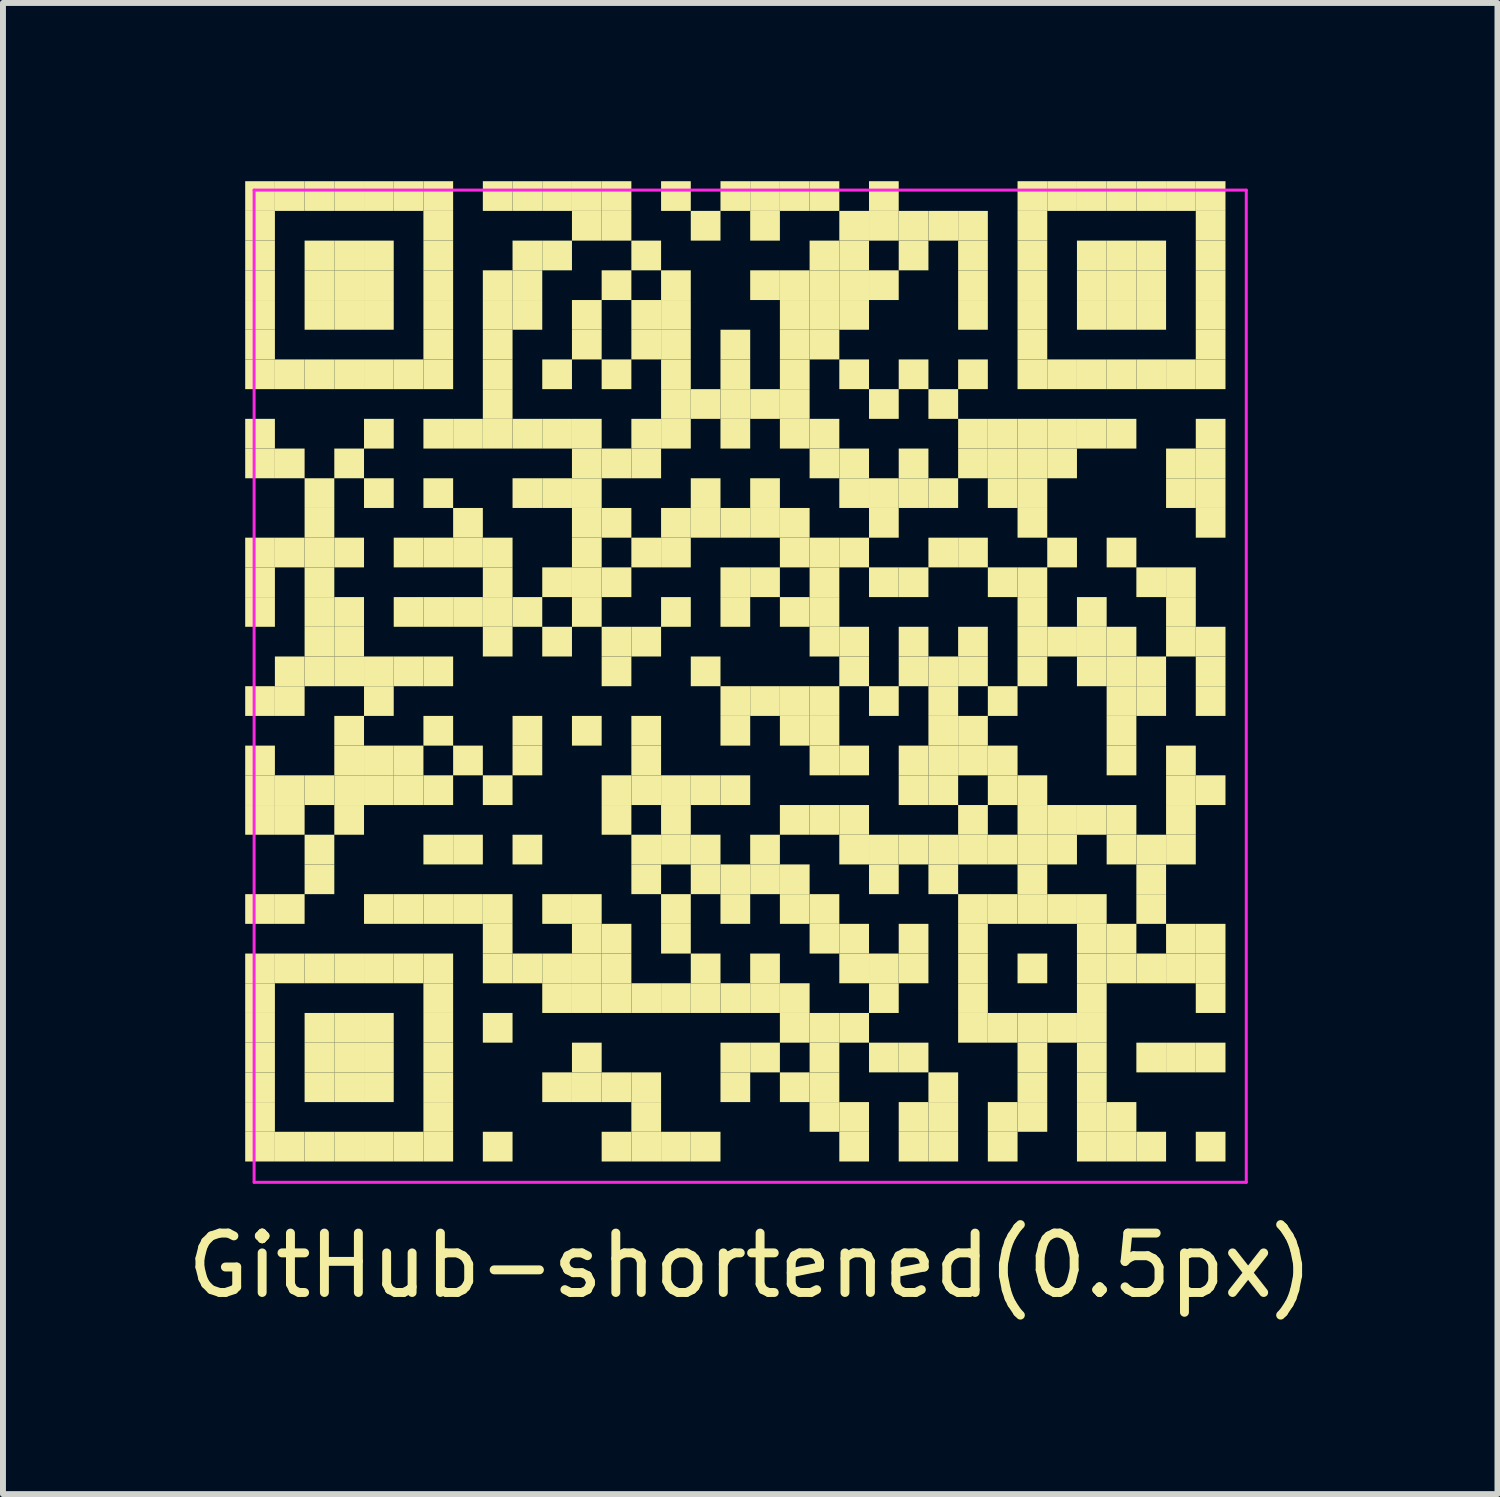
<source format=kicad_pcb>
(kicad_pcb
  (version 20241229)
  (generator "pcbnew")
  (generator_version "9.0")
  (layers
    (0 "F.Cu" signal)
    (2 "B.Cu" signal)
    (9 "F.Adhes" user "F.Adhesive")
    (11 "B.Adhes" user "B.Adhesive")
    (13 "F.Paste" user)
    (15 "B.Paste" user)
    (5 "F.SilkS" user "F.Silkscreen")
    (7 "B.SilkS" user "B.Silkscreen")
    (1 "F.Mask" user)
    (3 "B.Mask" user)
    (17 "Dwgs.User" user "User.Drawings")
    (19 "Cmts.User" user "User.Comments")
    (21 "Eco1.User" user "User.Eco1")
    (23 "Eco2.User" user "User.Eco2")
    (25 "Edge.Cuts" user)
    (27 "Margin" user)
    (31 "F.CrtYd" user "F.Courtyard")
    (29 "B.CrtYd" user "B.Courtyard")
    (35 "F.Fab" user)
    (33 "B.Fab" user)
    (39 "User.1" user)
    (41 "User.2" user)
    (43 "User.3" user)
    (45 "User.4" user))
  (footprint "GitHub-shortened(0.5px)"
    (layer "F.Cu")
    (at 9.577 8.5)
    (property "Reference" "GitHub-shortened(0.5px)" (at 0 9.75 0) (layer "F.SilkS") (effects (font (size 1 1) (thickness 0.15))))
    (attr through_hole)
    (fp_poly (pts (xy -8 -8) (xy -8 -8.5) (xy -8.5 -8.5) (xy -8.5 -8)) (stroke (width 0) (type solid)) (fill yes) (layer "F.SilkS"))
    (fp_poly (pts (xy -8 -7.5) (xy -8 -8) (xy -8.5 -8) (xy -8.5 -7.5)) (stroke (width 0) (type solid)) (fill yes) (layer "F.SilkS"))
    (fp_poly (pts (xy -8 -7) (xy -8 -7.5) (xy -8.5 -7.5) (xy -8.5 -7)) (stroke (width 0) (type solid)) (fill yes) (layer "F.SilkS"))
    (fp_poly (pts (xy -8 -6.5) (xy -8 -7) (xy -8.5 -7) (xy -8.5 -6.5)) (stroke (width 0) (type solid)) (fill yes) (layer "F.SilkS"))
    (fp_poly (pts (xy -8 -6) (xy -8 -6.5) (xy -8.5 -6.5) (xy -8.5 -6)) (stroke (width 0) (type solid)) (fill yes) (layer "F.SilkS"))
    (fp_poly (pts (xy -8 -5.5) (xy -8 -6) (xy -8.5 -6) (xy -8.5 -5.5)) (stroke (width 0) (type solid)) (fill yes) (layer "F.SilkS"))
    (fp_poly (pts (xy -8 -5) (xy -8 -5.5) (xy -8.5 -5.5) (xy -8.5 -5)) (stroke (width 0) (type solid)) (fill yes) (layer "F.SilkS"))
    (fp_poly (pts (xy -8 -4) (xy -8 -4.5) (xy -8.5 -4.5) (xy -8.5 -4)) (stroke (width 0) (type solid)) (fill yes) (layer "F.SilkS"))
    (fp_poly (pts (xy -8 -3.5) (xy -8 -4) (xy -8.5 -4) (xy -8.5 -3.5)) (stroke (width 0) (type solid)) (fill yes) (layer "F.SilkS"))
    (fp_poly (pts (xy -8 -2) (xy -8 -2.5) (xy -8.5 -2.5) (xy -8.5 -2)) (stroke (width 0) (type solid)) (fill yes) (layer "F.SilkS"))
    (fp_poly (pts (xy -8 -1.5) (xy -8 -2) (xy -8.5 -2) (xy -8.5 -1.5)) (stroke (width 0) (type solid)) (fill yes) (layer "F.SilkS"))
    (fp_poly (pts (xy -8 -1) (xy -8 -1.5) (xy -8.5 -1.5) (xy -8.5 -1)) (stroke (width 0) (type solid)) (fill yes) (layer "F.SilkS"))
    (fp_poly (pts (xy -8 0.5) (xy -8 0) (xy -8.5 0) (xy -8.5 0.5)) (stroke (width 0) (type solid)) (fill yes) (layer "F.SilkS"))
    (fp_poly (pts (xy -8 1.5) (xy -8 1) (xy -8.5 1) (xy -8.5 1.5)) (stroke (width 0) (type solid)) (fill yes) (layer "F.SilkS"))
    (fp_poly (pts (xy -8 2) (xy -8 1.5) (xy -8.5 1.5) (xy -8.5 2)) (stroke (width 0) (type solid)) (fill yes) (layer "F.SilkS"))
    (fp_poly (pts (xy -8 2.5) (xy -8 2) (xy -8.5 2) (xy -8.5 2.5)) (stroke (width 0) (type solid)) (fill yes) (layer "F.SilkS"))
    (fp_poly (pts (xy -8 4) (xy -8 3.5) (xy -8.5 3.5) (xy -8.5 4)) (stroke (width 0) (type solid)) (fill yes) (layer "F.SilkS"))
    (fp_poly (pts (xy -8 5) (xy -8 4.5) (xy -8.5 4.5) (xy -8.5 5)) (stroke (width 0) (type solid)) (fill yes) (layer "F.SilkS"))
    (fp_poly (pts (xy -8 5.5) (xy -8 5) (xy -8.5 5) (xy -8.5 5.5)) (stroke (width 0) (type solid)) (fill yes) (layer "F.SilkS"))
    (fp_poly (pts (xy -8 6) (xy -8 5.5) (xy -8.5 5.5) (xy -8.5 6)) (stroke (width 0) (type solid)) (fill yes) (layer "F.SilkS"))
    (fp_poly (pts (xy -8 6.5) (xy -8 6) (xy -8.5 6) (xy -8.5 6.5)) (stroke (width 0) (type solid)) (fill yes) (layer "F.SilkS"))
    (fp_poly (pts (xy -8 7) (xy -8 6.5) (xy -8.5 6.5) (xy -8.5 7)) (stroke (width 0) (type solid)) (fill yes) (layer "F.SilkS"))
    (fp_poly (pts (xy -8 7.5) (xy -8 7) (xy -8.5 7) (xy -8.5 7.5)) (stroke (width 0) (type solid)) (fill yes) (layer "F.SilkS"))
    (fp_poly (pts (xy -8 8) (xy -8 7.5) (xy -8.5 7.5) (xy -8.5 8)) (stroke (width 0) (type solid)) (fill yes) (layer "F.SilkS"))
    (fp_poly (pts (xy -7.5 -8) (xy -7.5 -8.5) (xy -8 -8.5) (xy -8 -8)) (stroke (width 0) (type solid)) (fill yes) (layer "F.SilkS"))
    (fp_poly (pts (xy -7.5 -5) (xy -7.5 -5.5) (xy -8 -5.5) (xy -8 -5)) (stroke (width 0) (type solid)) (fill yes) (layer "F.SilkS"))
    (fp_poly (pts (xy -7.5 -3.5) (xy -7.5 -4) (xy -8 -4) (xy -8 -3.5)) (stroke (width 0) (type solid)) (fill yes) (layer "F.SilkS"))
    (fp_poly (pts (xy -7.5 -2) (xy -7.5 -2.5) (xy -8 -2.5) (xy -8 -2)) (stroke (width 0) (type solid)) (fill yes) (layer "F.SilkS"))
    (fp_poly (pts (xy -7.5 0) (xy -7.5 -0.5) (xy -8 -0.5) (xy -8 0)) (stroke (width 0) (type solid)) (fill yes) (layer "F.SilkS"))
    (fp_poly (pts (xy -7.5 0.5) (xy -7.5 0) (xy -8 0) (xy -8 0.5)) (stroke (width 0) (type solid)) (fill yes) (layer "F.SilkS"))
    (fp_poly (pts (xy -7.5 2) (xy -7.5 1.5) (xy -8 1.5) (xy -8 2)) (stroke (width 0) (type solid)) (fill yes) (layer "F.SilkS"))
    (fp_poly (pts (xy -7.5 2.5) (xy -7.5 2) (xy -8 2) (xy -8 2.5)) (stroke (width 0) (type solid)) (fill yes) (layer "F.SilkS"))
    (fp_poly (pts (xy -7.5 4) (xy -7.5 3.5) (xy -8 3.5) (xy -8 4)) (stroke (width 0) (type solid)) (fill yes) (layer "F.SilkS"))
    (fp_poly (pts (xy -7.5 5) (xy -7.5 4.5) (xy -8 4.5) (xy -8 5)) (stroke (width 0) (type solid)) (fill yes) (layer "F.SilkS"))
    (fp_poly (pts (xy -7.5 8) (xy -7.5 7.5) (xy -8 7.5) (xy -8 8)) (stroke (width 0) (type solid)) (fill yes) (layer "F.SilkS"))
    (fp_poly (pts (xy -7 -8) (xy -7 -8.5) (xy -7.5 -8.5) (xy -7.5 -8)) (stroke (width 0) (type solid)) (fill yes) (layer "F.SilkS"))
    (fp_poly (pts (xy -7 -7) (xy -7 -7.5) (xy -7.5 -7.5) (xy -7.5 -7)) (stroke (width 0) (type solid)) (fill yes) (layer "F.SilkS"))
    (fp_poly (pts (xy -7 -6.5) (xy -7 -7) (xy -7.5 -7) (xy -7.5 -6.5)) (stroke (width 0) (type solid)) (fill yes) (layer "F.SilkS"))
    (fp_poly (pts (xy -7 -6) (xy -7 -6.5) (xy -7.5 -6.5) (xy -7.5 -6)) (stroke (width 0) (type solid)) (fill yes) (layer "F.SilkS"))
    (fp_poly (pts (xy -7 -5) (xy -7 -5.5) (xy -7.5 -5.5) (xy -7.5 -5)) (stroke (width 0) (type solid)) (fill yes) (layer "F.SilkS"))
    (fp_poly (pts (xy -7 -3) (xy -7 -3.5) (xy -7.5 -3.5) (xy -7.5 -3)) (stroke (width 0) (type solid)) (fill yes) (layer "F.SilkS"))
    (fp_poly (pts (xy -7 -2.5) (xy -7 -3) (xy -7.5 -3) (xy -7.5 -2.5)) (stroke (width 0) (type solid)) (fill yes) (layer "F.SilkS"))
    (fp_poly (pts (xy -7 -2) (xy -7 -2.5) (xy -7.5 -2.5) (xy -7.5 -2)) (stroke (width 0) (type solid)) (fill yes) (layer "F.SilkS"))
    (fp_poly (pts (xy -7 -1.5) (xy -7 -2) (xy -7.5 -2) (xy -7.5 -1.5)) (stroke (width 0) (type solid)) (fill yes) (layer "F.SilkS"))
    (fp_poly (pts (xy -7 -1) (xy -7 -1.5) (xy -7.5 -1.5) (xy -7.5 -1)) (stroke (width 0) (type solid)) (fill yes) (layer "F.SilkS"))
    (fp_poly (pts (xy -7 -0.5) (xy -7 -1) (xy -7.5 -1) (xy -7.5 -0.5)) (stroke (width 0) (type solid)) (fill yes) (layer "F.SilkS"))
    (fp_poly (pts (xy -7 0) (xy -7 -0.5) (xy -7.5 -0.5) (xy -7.5 0)) (stroke (width 0) (type solid)) (fill yes) (layer "F.SilkS"))
    (fp_poly (pts (xy -7 2) (xy -7 1.5) (xy -7.5 1.5) (xy -7.5 2)) (stroke (width 0) (type solid)) (fill yes) (layer "F.SilkS"))
    (fp_poly (pts (xy -7 3) (xy -7 2.5) (xy -7.5 2.5) (xy -7.5 3)) (stroke (width 0) (type solid)) (fill yes) (layer "F.SilkS"))
    (fp_poly (pts (xy -7 3.5) (xy -7 3) (xy -7.5 3) (xy -7.5 3.5)) (stroke (width 0) (type solid)) (fill yes) (layer "F.SilkS"))
    (fp_poly (pts (xy -7 5) (xy -7 4.5) (xy -7.5 4.5) (xy -7.5 5)) (stroke (width 0) (type solid)) (fill yes) (layer "F.SilkS"))
    (fp_poly (pts (xy -7 6) (xy -7 5.5) (xy -7.5 5.5) (xy -7.5 6)) (stroke (width 0) (type solid)) (fill yes) (layer "F.SilkS"))
    (fp_poly (pts (xy -7 6.5) (xy -7 6) (xy -7.5 6) (xy -7.5 6.5)) (stroke (width 0) (type solid)) (fill yes) (layer "F.SilkS"))
    (fp_poly (pts (xy -7 7) (xy -7 6.5) (xy -7.5 6.5) (xy -7.5 7)) (stroke (width 0) (type solid)) (fill yes) (layer "F.SilkS"))
    (fp_poly (pts (xy -7 8) (xy -7 7.5) (xy -7.5 7.5) (xy -7.5 8)) (stroke (width 0) (type solid)) (fill yes) (layer "F.SilkS"))
    (fp_poly (pts (xy -6.5 -8) (xy -6.5 -8.5) (xy -7 -8.5) (xy -7 -8)) (stroke (width 0) (type solid)) (fill yes) (layer "F.SilkS"))
    (fp_poly (pts (xy -6.5 -7) (xy -6.5 -7.5) (xy -7 -7.5) (xy -7 -7)) (stroke (width 0) (type solid)) (fill yes) (layer "F.SilkS"))
    (fp_poly (pts (xy -6.5 -6.5) (xy -6.5 -7) (xy -7 -7) (xy -7 -6.5)) (stroke (width 0) (type solid)) (fill yes) (layer "F.SilkS"))
    (fp_poly (pts (xy -6.5 -6) (xy -6.5 -6.5) (xy -7 -6.5) (xy -7 -6)) (stroke (width 0) (type solid)) (fill yes) (layer "F.SilkS"))
    (fp_poly (pts (xy -6.5 -5) (xy -6.5 -5.5) (xy -7 -5.5) (xy -7 -5)) (stroke (width 0) (type solid)) (fill yes) (layer "F.SilkS"))
    (fp_poly (pts (xy -6.5 -3.5) (xy -6.5 -4) (xy -7 -4) (xy -7 -3.5)) (stroke (width 0) (type solid)) (fill yes) (layer "F.SilkS"))
    (fp_poly (pts (xy -6.5 -2) (xy -6.5 -2.5) (xy -7 -2.5) (xy -7 -2)) (stroke (width 0) (type solid)) (fill yes) (layer "F.SilkS"))
    (fp_poly (pts (xy -6.5 -1) (xy -6.5 -1.5) (xy -7 -1.5) (xy -7 -1)) (stroke (width 0) (type solid)) (fill yes) (layer "F.SilkS"))
    (fp_poly (pts (xy -6.5 -0.5) (xy -6.5 -1) (xy -7 -1) (xy -7 -0.5)) (stroke (width 0) (type solid)) (fill yes) (layer "F.SilkS"))
    (fp_poly (pts (xy -6.5 0) (xy -6.5 -0.5) (xy -7 -0.5) (xy -7 0)) (stroke (width 0) (type solid)) (fill yes) (layer "F.SilkS"))
    (fp_poly (pts (xy -6.5 1) (xy -6.5 0.5) (xy -7 0.5) (xy -7 1)) (stroke (width 0) (type solid)) (fill yes) (layer "F.SilkS"))
    (fp_poly (pts (xy -6.5 1.5) (xy -6.5 1) (xy -7 1) (xy -7 1.5)) (stroke (width 0) (type solid)) (fill yes) (layer "F.SilkS"))
    (fp_poly (pts (xy -6.5 2) (xy -6.5 1.5) (xy -7 1.5) (xy -7 2)) (stroke (width 0) (type solid)) (fill yes) (layer "F.SilkS"))
    (fp_poly (pts (xy -6.5 2.5) (xy -6.5 2) (xy -7 2) (xy -7 2.5)) (stroke (width 0) (type solid)) (fill yes) (layer "F.SilkS"))
    (fp_poly (pts (xy -6.5 5) (xy -6.5 4.5) (xy -7 4.5) (xy -7 5)) (stroke (width 0) (type solid)) (fill yes) (layer "F.SilkS"))
    (fp_poly (pts (xy -6.5 6) (xy -6.5 5.5) (xy -7 5.5) (xy -7 6)) (stroke (width 0) (type solid)) (fill yes) (layer "F.SilkS"))
    (fp_poly (pts (xy -6.5 6.5) (xy -6.5 6) (xy -7 6) (xy -7 6.5)) (stroke (width 0) (type solid)) (fill yes) (layer "F.SilkS"))
    (fp_poly (pts (xy -6.5 7) (xy -6.5 6.5) (xy -7 6.5) (xy -7 7)) (stroke (width 0) (type solid)) (fill yes) (layer "F.SilkS"))
    (fp_poly (pts (xy -6.5 8) (xy -6.5 7.5) (xy -7 7.5) (xy -7 8)) (stroke (width 0) (type solid)) (fill yes) (layer "F.SilkS"))
    (fp_poly (pts (xy -6 -8) (xy -6 -8.5) (xy -6.5 -8.5) (xy -6.5 -8)) (stroke (width 0) (type solid)) (fill yes) (layer "F.SilkS"))
    (fp_poly (pts (xy -6 -7) (xy -6 -7.5) (xy -6.5 -7.5) (xy -6.5 -7)) (stroke (width 0) (type solid)) (fill yes) (layer "F.SilkS"))
    (fp_poly (pts (xy -6 -6.5) (xy -6 -7) (xy -6.5 -7) (xy -6.5 -6.5)) (stroke (width 0) (type solid)) (fill yes) (layer "F.SilkS"))
    (fp_poly (pts (xy -6 -6) (xy -6 -6.5) (xy -6.5 -6.5) (xy -6.5 -6)) (stroke (width 0) (type solid)) (fill yes) (layer "F.SilkS"))
    (fp_poly (pts (xy -6 -5) (xy -6 -5.5) (xy -6.5 -5.5) (xy -6.5 -5)) (stroke (width 0) (type solid)) (fill yes) (layer "F.SilkS"))
    (fp_poly (pts (xy -6 -4) (xy -6 -4.5) (xy -6.5 -4.5) (xy -6.5 -4)) (stroke (width 0) (type solid)) (fill yes) (layer "F.SilkS"))
    (fp_poly (pts (xy -6 -3) (xy -6 -3.5) (xy -6.5 -3.5) (xy -6.5 -3)) (stroke (width 0) (type solid)) (fill yes) (layer "F.SilkS"))
    (fp_poly (pts (xy -6 0) (xy -6 -0.5) (xy -6.5 -0.5) (xy -6.5 0)) (stroke (width 0) (type solid)) (fill yes) (layer "F.SilkS"))
    (fp_poly (pts (xy -6 0.5) (xy -6 0) (xy -6.5 0) (xy -6.5 0.5)) (stroke (width 0) (type solid)) (fill yes) (layer "F.SilkS"))
    (fp_poly (pts (xy -6 1.5) (xy -6 1) (xy -6.5 1) (xy -6.5 1.5)) (stroke (width 0) (type solid)) (fill yes) (layer "F.SilkS"))
    (fp_poly (pts (xy -6 2) (xy -6 1.5) (xy -6.5 1.5) (xy -6.5 2)) (stroke (width 0) (type solid)) (fill yes) (layer "F.SilkS"))
    (fp_poly (pts (xy -6 4) (xy -6 3.5) (xy -6.5 3.5) (xy -6.5 4)) (stroke (width 0) (type solid)) (fill yes) (layer "F.SilkS"))
    (fp_poly (pts (xy -6 5) (xy -6 4.5) (xy -6.5 4.5) (xy -6.5 5)) (stroke (width 0) (type solid)) (fill yes) (layer "F.SilkS"))
    (fp_poly (pts (xy -6 6) (xy -6 5.5) (xy -6.5 5.5) (xy -6.5 6)) (stroke (width 0) (type solid)) (fill yes) (layer "F.SilkS"))
    (fp_poly (pts (xy -6 6.5) (xy -6 6) (xy -6.5 6) (xy -6.5 6.5)) (stroke (width 0) (type solid)) (fill yes) (layer "F.SilkS"))
    (fp_poly (pts (xy -6 7) (xy -6 6.5) (xy -6.5 6.5) (xy -6.5 7)) (stroke (width 0) (type solid)) (fill yes) (layer "F.SilkS"))
    (fp_poly (pts (xy -6 8) (xy -6 7.5) (xy -6.5 7.5) (xy -6.5 8)) (stroke (width 0) (type solid)) (fill yes) (layer "F.SilkS"))
    (fp_poly (pts (xy -5.5 -8) (xy -5.5 -8.5) (xy -6 -8.5) (xy -6 -8)) (stroke (width 0) (type solid)) (fill yes) (layer "F.SilkS"))
    (fp_poly (pts (xy -5.5 -5) (xy -5.5 -5.5) (xy -6 -5.5) (xy -6 -5)) (stroke (width 0) (type solid)) (fill yes) (layer "F.SilkS"))
    (fp_poly (pts (xy -5.5 -2) (xy -5.5 -2.5) (xy -6 -2.5) (xy -6 -2)) (stroke (width 0) (type solid)) (fill yes) (layer "F.SilkS"))
    (fp_poly (pts (xy -5.5 -1) (xy -5.5 -1.5) (xy -6 -1.5) (xy -6 -1)) (stroke (width 0) (type solid)) (fill yes) (layer "F.SilkS"))
    (fp_poly (pts (xy -5.5 0) (xy -5.5 -0.5) (xy -6 -0.5) (xy -6 0)) (stroke (width 0) (type solid)) (fill yes) (layer "F.SilkS"))
    (fp_poly (pts (xy -5.5 1.5) (xy -5.5 1) (xy -6 1) (xy -6 1.5)) (stroke (width 0) (type solid)) (fill yes) (layer "F.SilkS"))
    (fp_poly (pts (xy -5.5 2) (xy -5.5 1.5) (xy -6 1.5) (xy -6 2)) (stroke (width 0) (type solid)) (fill yes) (layer "F.SilkS"))
    (fp_poly (pts (xy -5.5 4) (xy -5.5 3.5) (xy -6 3.5) (xy -6 4)) (stroke (width 0) (type solid)) (fill yes) (layer "F.SilkS"))
    (fp_poly (pts (xy -5.5 5) (xy -5.5 4.5) (xy -6 4.5) (xy -6 5)) (stroke (width 0) (type solid)) (fill yes) (layer "F.SilkS"))
    (fp_poly (pts (xy -5.5 8) (xy -5.5 7.5) (xy -6 7.5) (xy -6 8)) (stroke (width 0) (type solid)) (fill yes) (layer "F.SilkS"))
    (fp_poly (pts (xy -5 -8) (xy -5 -8.5) (xy -5.5 -8.5) (xy -5.5 -8)) (stroke (width 0) (type solid)) (fill yes) (layer "F.SilkS"))
    (fp_poly (pts (xy -5 -7.5) (xy -5 -8) (xy -5.5 -8) (xy -5.5 -7.5)) (stroke (width 0) (type solid)) (fill yes) (layer "F.SilkS"))
    (fp_poly (pts (xy -5 -7) (xy -5 -7.5) (xy -5.5 -7.5) (xy -5.5 -7)) (stroke (width 0) (type solid)) (fill yes) (layer "F.SilkS"))
    (fp_poly (pts (xy -5 -6.5) (xy -5 -7) (xy -5.5 -7) (xy -5.5 -6.5)) (stroke (width 0) (type solid)) (fill yes) (layer "F.SilkS"))
    (fp_poly (pts (xy -5 -6) (xy -5 -6.5) (xy -5.5 -6.5) (xy -5.5 -6)) (stroke (width 0) (type solid)) (fill yes) (layer "F.SilkS"))
    (fp_poly (pts (xy -5 -5.5) (xy -5 -6) (xy -5.5 -6) (xy -5.5 -5.5)) (stroke (width 0) (type solid)) (fill yes) (layer "F.SilkS"))
    (fp_poly (pts (xy -5 -5) (xy -5 -5.5) (xy -5.5 -5.5) (xy -5.5 -5)) (stroke (width 0) (type solid)) (fill yes) (layer "F.SilkS"))
    (fp_poly (pts (xy -5 -4) (xy -5 -4.5) (xy -5.5 -4.5) (xy -5.5 -4)) (stroke (width 0) (type solid)) (fill yes) (layer "F.SilkS"))
    (fp_poly (pts (xy -5 -3) (xy -5 -3.5) (xy -5.5 -3.5) (xy -5.5 -3)) (stroke (width 0) (type solid)) (fill yes) (layer "F.SilkS"))
    (fp_poly (pts (xy -5 -2) (xy -5 -2.5) (xy -5.5 -2.5) (xy -5.5 -2)) (stroke (width 0) (type solid)) (fill yes) (layer "F.SilkS"))
    (fp_poly (pts (xy -5 -1) (xy -5 -1.5) (xy -5.5 -1.5) (xy -5.5 -1)) (stroke (width 0) (type solid)) (fill yes) (layer "F.SilkS"))
    (fp_poly (pts (xy -5 0) (xy -5 -0.5) (xy -5.5 -0.5) (xy -5.5 0)) (stroke (width 0) (type solid)) (fill yes) (layer "F.SilkS"))
    (fp_poly (pts (xy -5 1) (xy -5 0.5) (xy -5.5 0.5) (xy -5.5 1)) (stroke (width 0) (type solid)) (fill yes) (layer "F.SilkS"))
    (fp_poly (pts (xy -5 2) (xy -5 1.5) (xy -5.5 1.5) (xy -5.5 2)) (stroke (width 0) (type solid)) (fill yes) (layer "F.SilkS"))
    (fp_poly (pts (xy -5 3) (xy -5 2.5) (xy -5.5 2.5) (xy -5.5 3)) (stroke (width 0) (type solid)) (fill yes) (layer "F.SilkS"))
    (fp_poly (pts (xy -5 4) (xy -5 3.5) (xy -5.5 3.5) (xy -5.5 4)) (stroke (width 0) (type solid)) (fill yes) (layer "F.SilkS"))
    (fp_poly (pts (xy -5 5) (xy -5 4.5) (xy -5.5 4.5) (xy -5.5 5)) (stroke (width 0) (type solid)) (fill yes) (layer "F.SilkS"))
    (fp_poly (pts (xy -5 5.5) (xy -5 5) (xy -5.5 5) (xy -5.5 5.5)) (stroke (width 0) (type solid)) (fill yes) (layer "F.SilkS"))
    (fp_poly (pts (xy -5 6) (xy -5 5.5) (xy -5.5 5.5) (xy -5.5 6)) (stroke (width 0) (type solid)) (fill yes) (layer "F.SilkS"))
    (fp_poly (pts (xy -5 6.5) (xy -5 6) (xy -5.5 6) (xy -5.5 6.5)) (stroke (width 0) (type solid)) (fill yes) (layer "F.SilkS"))
    (fp_poly (pts (xy -5 7) (xy -5 6.5) (xy -5.5 6.5) (xy -5.5 7)) (stroke (width 0) (type solid)) (fill yes) (layer "F.SilkS"))
    (fp_poly (pts (xy -5 7.5) (xy -5 7) (xy -5.5 7) (xy -5.5 7.5)) (stroke (width 0) (type solid)) (fill yes) (layer "F.SilkS"))
    (fp_poly (pts (xy -5 8) (xy -5 7.5) (xy -5.5 7.5) (xy -5.5 8)) (stroke (width 0) (type solid)) (fill yes) (layer "F.SilkS"))
    (fp_poly (pts (xy -4.5 -4) (xy -4.5 -4.5) (xy -5 -4.5) (xy -5 -4)) (stroke (width 0) (type solid)) (fill yes) (layer "F.SilkS"))
    (fp_poly (pts (xy -4.5 -2.5) (xy -4.5 -3) (xy -5 -3) (xy -5 -2.5)) (stroke (width 0) (type solid)) (fill yes) (layer "F.SilkS"))
    (fp_poly (pts (xy -4.5 -2) (xy -4.5 -2.5) (xy -5 -2.5) (xy -5 -2)) (stroke (width 0) (type solid)) (fill yes) (layer "F.SilkS"))
    (fp_poly (pts (xy -4.5 -1) (xy -4.5 -1.5) (xy -5 -1.5) (xy -5 -1)) (stroke (width 0) (type solid)) (fill yes) (layer "F.SilkS"))
    (fp_poly (pts (xy -4.5 1.5) (xy -4.5 1) (xy -5 1) (xy -5 1.5)) (stroke (width 0) (type solid)) (fill yes) (layer "F.SilkS"))
    (fp_poly (pts (xy -4.5 3) (xy -4.5 2.5) (xy -5 2.5) (xy -5 3)) (stroke (width 0) (type solid)) (fill yes) (layer "F.SilkS"))
    (fp_poly (pts (xy -4.5 4) (xy -4.5 3.5) (xy -5 3.5) (xy -5 4)) (stroke (width 0) (type solid)) (fill yes) (layer "F.SilkS"))
    (fp_poly (pts (xy -4 -8) (xy -4 -8.5) (xy -4.5 -8.5) (xy -4.5 -8)) (stroke (width 0) (type solid)) (fill yes) (layer "F.SilkS"))
    (fp_poly (pts (xy -4 -6.5) (xy -4 -7) (xy -4.5 -7) (xy -4.5 -6.5)) (stroke (width 0) (type solid)) (fill yes) (layer "F.SilkS"))
    (fp_poly (pts (xy -4 -6) (xy -4 -6.5) (xy -4.5 -6.5) (xy -4.5 -6)) (stroke (width 0) (type solid)) (fill yes) (layer "F.SilkS"))
    (fp_poly (pts (xy -4 -5.5) (xy -4 -6) (xy -4.5 -6) (xy -4.5 -5.5)) (stroke (width 0) (type solid)) (fill yes) (layer "F.SilkS"))
    (fp_poly (pts (xy -4 -5) (xy -4 -5.5) (xy -4.5 -5.5) (xy -4.5 -5)) (stroke (width 0) (type solid)) (fill yes) (layer "F.SilkS"))
    (fp_poly (pts (xy -4 -4.5) (xy -4 -5) (xy -4.5 -5) (xy -4.5 -4.5)) (stroke (width 0) (type solid)) (fill yes) (layer "F.SilkS"))
    (fp_poly (pts (xy -4 -4) (xy -4 -4.5) (xy -4.5 -4.5) (xy -4.5 -4)) (stroke (width 0) (type solid)) (fill yes) (layer "F.SilkS"))
    (fp_poly (pts (xy -4 -2) (xy -4 -2.5) (xy -4.5 -2.5) (xy -4.5 -2)) (stroke (width 0) (type solid)) (fill yes) (layer "F.SilkS"))
    (fp_poly (pts (xy -4 -1.5) (xy -4 -2) (xy -4.5 -2) (xy -4.5 -1.5)) (stroke (width 0) (type solid)) (fill yes) (layer "F.SilkS"))
    (fp_poly (pts (xy -4 -1) (xy -4 -1.5) (xy -4.5 -1.5) (xy -4.5 -1)) (stroke (width 0) (type solid)) (fill yes) (layer "F.SilkS"))
    (fp_poly (pts (xy -4 -0.5) (xy -4 -1) (xy -4.5 -1) (xy -4.5 -0.5)) (stroke (width 0) (type solid)) (fill yes) (layer "F.SilkS"))
    (fp_poly (pts (xy -4 2) (xy -4 1.5) (xy -4.5 1.5) (xy -4.5 2)) (stroke (width 0) (type solid)) (fill yes) (layer "F.SilkS"))
    (fp_poly (pts (xy -4 4) (xy -4 3.5) (xy -4.5 3.5) (xy -4.5 4)) (stroke (width 0) (type solid)) (fill yes) (layer "F.SilkS"))
    (fp_poly (pts (xy -4 4.5) (xy -4 4) (xy -4.5 4) (xy -4.5 4.5)) (stroke (width 0) (type solid)) (fill yes) (layer "F.SilkS"))
    (fp_poly (pts (xy -4 5) (xy -4 4.5) (xy -4.5 4.5) (xy -4.5 5)) (stroke (width 0) (type solid)) (fill yes) (layer "F.SilkS"))
    (fp_poly (pts (xy -4 6) (xy -4 5.5) (xy -4.5 5.5) (xy -4.5 6)) (stroke (width 0) (type solid)) (fill yes) (layer "F.SilkS"))
    (fp_poly (pts (xy -4 8) (xy -4 7.5) (xy -4.5 7.5) (xy -4.5 8)) (stroke (width 0) (type solid)) (fill yes) (layer "F.SilkS"))
    (fp_poly (pts (xy -3.5 -8) (xy -3.5 -8.5) (xy -4 -8.5) (xy -4 -8)) (stroke (width 0) (type solid)) (fill yes) (layer "F.SilkS"))
    (fp_poly (pts (xy -3.5 -7) (xy -3.5 -7.5) (xy -4 -7.5) (xy -4 -7)) (stroke (width 0) (type solid)) (fill yes) (layer "F.SilkS"))
    (fp_poly (pts (xy -3.5 -6.5) (xy -3.5 -7) (xy -4 -7) (xy -4 -6.5)) (stroke (width 0) (type solid)) (fill yes) (layer "F.SilkS"))
    (fp_poly (pts (xy -3.5 -6) (xy -3.5 -6.5) (xy -4 -6.5) (xy -4 -6)) (stroke (width 0) (type solid)) (fill yes) (layer "F.SilkS"))
    (fp_poly (pts (xy -3.5 -4) (xy -3.5 -4.5) (xy -4 -4.5) (xy -4 -4)) (stroke (width 0) (type solid)) (fill yes) (layer "F.SilkS"))
    (fp_poly (pts (xy -3.5 -3) (xy -3.5 -3.5) (xy -4 -3.5) (xy -4 -3)) (stroke (width 0) (type solid)) (fill yes) (layer "F.SilkS"))
    (fp_poly (pts (xy -3.5 -1) (xy -3.5 -1.5) (xy -4 -1.5) (xy -4 -1)) (stroke (width 0) (type solid)) (fill yes) (layer "F.SilkS"))
    (fp_poly (pts (xy -3.5 1) (xy -3.5 0.5) (xy -4 0.5) (xy -4 1)) (stroke (width 0) (type solid)) (fill yes) (layer "F.SilkS"))
    (fp_poly (pts (xy -3.5 1.5) (xy -3.5 1) (xy -4 1) (xy -4 1.5)) (stroke (width 0) (type solid)) (fill yes) (layer "F.SilkS"))
    (fp_poly (pts (xy -3.5 3) (xy -3.5 2.5) (xy -4 2.5) (xy -4 3)) (stroke (width 0) (type solid)) (fill yes) (layer "F.SilkS"))
    (fp_poly (pts (xy -3.5 5) (xy -3.5 4.5) (xy -4 4.5) (xy -4 5)) (stroke (width 0) (type solid)) (fill yes) (layer "F.SilkS"))
    (fp_poly (pts (xy -3 -8) (xy -3 -8.5) (xy -3.5 -8.5) (xy -3.5 -8)) (stroke (width 0) (type solid)) (fill yes) (layer "F.SilkS"))
    (fp_poly (pts (xy -3 -7) (xy -3 -7.5) (xy -3.5 -7.5) (xy -3.5 -7)) (stroke (width 0) (type solid)) (fill yes) (layer "F.SilkS"))
    (fp_poly (pts (xy -3 -5) (xy -3 -5.5) (xy -3.5 -5.5) (xy -3.5 -5)) (stroke (width 0) (type solid)) (fill yes) (layer "F.SilkS"))
    (fp_poly (pts (xy -3 -4) (xy -3 -4.5) (xy -3.5 -4.5) (xy -3.5 -4)) (stroke (width 0) (type solid)) (fill yes) (layer "F.SilkS"))
    (fp_poly (pts (xy -3 -3) (xy -3 -3.5) (xy -3.5 -3.5) (xy -3.5 -3)) (stroke (width 0) (type solid)) (fill yes) (layer "F.SilkS"))
    (fp_poly (pts (xy -3 -1.5) (xy -3 -2) (xy -3.5 -2) (xy -3.5 -1.5)) (stroke (width 0) (type solid)) (fill yes) (layer "F.SilkS"))
    (fp_poly (pts (xy -3 -0.5) (xy -3 -1) (xy -3.5 -1) (xy -3.5 -0.5)) (stroke (width 0) (type solid)) (fill yes) (layer "F.SilkS"))
    (fp_poly (pts (xy -3 4) (xy -3 3.5) (xy -3.5 3.5) (xy -3.5 4)) (stroke (width 0) (type solid)) (fill yes) (layer "F.SilkS"))
    (fp_poly (pts (xy -3 5) (xy -3 4.5) (xy -3.5 4.5) (xy -3.5 5)) (stroke (width 0) (type solid)) (fill yes) (layer "F.SilkS"))
    (fp_poly (pts (xy -3 5.5) (xy -3 5) (xy -3.5 5) (xy -3.5 5.5)) (stroke (width 0) (type solid)) (fill yes) (layer "F.SilkS"))
    (fp_poly (pts (xy -3 7) (xy -3 6.5) (xy -3.5 6.5) (xy -3.5 7)) (stroke (width 0) (type solid)) (fill yes) (layer "F.SilkS"))
    (fp_poly (pts (xy -2.5 -8) (xy -2.5 -8.5) (xy -3 -8.5) (xy -3 -8)) (stroke (width 0) (type solid)) (fill yes) (layer "F.SilkS"))
    (fp_poly (pts (xy -2.5 -7.5) (xy -2.5 -8) (xy -3 -8) (xy -3 -7.5)) (stroke (width 0) (type solid)) (fill yes) (layer "F.SilkS"))
    (fp_poly (pts (xy -2.5 -6) (xy -2.5 -6.5) (xy -3 -6.5) (xy -3 -6)) (stroke (width 0) (type solid)) (fill yes) (layer "F.SilkS"))
    (fp_poly (pts (xy -2.5 -5.5) (xy -2.5 -6) (xy -3 -6) (xy -3 -5.5)) (stroke (width 0) (type solid)) (fill yes) (layer "F.SilkS"))
    (fp_poly (pts (xy -2.5 -4) (xy -2.5 -4.5) (xy -3 -4.5) (xy -3 -4)) (stroke (width 0) (type solid)) (fill yes) (layer "F.SilkS"))
    (fp_poly (pts (xy -2.5 -3.5) (xy -2.5 -4) (xy -3 -4) (xy -3 -3.5)) (stroke (width 0) (type solid)) (fill yes) (layer "F.SilkS"))
    (fp_poly (pts (xy -2.5 -3) (xy -2.5 -3.5) (xy -3 -3.5) (xy -3 -3)) (stroke (width 0) (type solid)) (fill yes) (layer "F.SilkS"))
    (fp_poly (pts (xy -2.5 -2.5) (xy -2.5 -3) (xy -3 -3) (xy -3 -2.5)) (stroke (width 0) (type solid)) (fill yes) (layer "F.SilkS"))
    (fp_poly (pts (xy -2.5 -2) (xy -2.5 -2.5) (xy -3 -2.5) (xy -3 -2)) (stroke (width 0) (type solid)) (fill yes) (layer "F.SilkS"))
    (fp_poly (pts (xy -2.5 -1.5) (xy -2.5 -2) (xy -3 -2) (xy -3 -1.5)) (stroke (width 0) (type solid)) (fill yes) (layer "F.SilkS"))
    (fp_poly (pts (xy -2.5 -1) (xy -2.5 -1.5) (xy -3 -1.5) (xy -3 -1)) (stroke (width 0) (type solid)) (fill yes) (layer "F.SilkS"))
    (fp_poly (pts (xy -2.5 1) (xy -2.5 0.5) (xy -3 0.5) (xy -3 1)) (stroke (width 0) (type solid)) (fill yes) (layer "F.SilkS"))
    (fp_poly (pts (xy -2.5 4) (xy -2.5 3.5) (xy -3 3.5) (xy -3 4)) (stroke (width 0) (type solid)) (fill yes) (layer "F.SilkS"))
    (fp_poly (pts (xy -2.5 4.5) (xy -2.5 4) (xy -3 4) (xy -3 4.5)) (stroke (width 0) (type solid)) (fill yes) (layer "F.SilkS"))
    (fp_poly (pts (xy -2.5 5) (xy -2.5 4.5) (xy -3 4.5) (xy -3 5)) (stroke (width 0) (type solid)) (fill yes) (layer "F.SilkS"))
    (fp_poly (pts (xy -2.5 5.5) (xy -2.5 5) (xy -3 5) (xy -3 5.5)) (stroke (width 0) (type solid)) (fill yes) (layer "F.SilkS"))
    (fp_poly (pts (xy -2.5 6.5) (xy -2.5 6) (xy -3 6) (xy -3 6.5)) (stroke (width 0) (type solid)) (fill yes) (layer "F.SilkS"))
    (fp_poly (pts (xy -2.5 7) (xy -2.5 6.5) (xy -3 6.5) (xy -3 7)) (stroke (width 0) (type solid)) (fill yes) (layer "F.SilkS"))
    (fp_poly (pts (xy -2 -8) (xy -2 -8.5) (xy -2.5 -8.5) (xy -2.5 -8)) (stroke (width 0) (type solid)) (fill yes) (layer "F.SilkS"))
    (fp_poly (pts (xy -2 -7.5) (xy -2 -8) (xy -2.5 -8) (xy -2.5 -7.5)) (stroke (width 0) (type solid)) (fill yes) (layer "F.SilkS"))
    (fp_poly (pts (xy -2 -6.5) (xy -2 -7) (xy -2.5 -7) (xy -2.5 -6.5)) (stroke (width 0) (type solid)) (fill yes) (layer "F.SilkS"))
    (fp_poly (pts (xy -2 -5) (xy -2 -5.5) (xy -2.5 -5.5) (xy -2.5 -5)) (stroke (width 0) (type solid)) (fill yes) (layer "F.SilkS"))
    (fp_poly (pts (xy -2 -3.5) (xy -2 -4) (xy -2.5 -4) (xy -2.5 -3.5)) (stroke (width 0) (type solid)) (fill yes) (layer "F.SilkS"))
    (fp_poly (pts (xy -2 -2.5) (xy -2 -3) (xy -2.5 -3) (xy -2.5 -2.5)) (stroke (width 0) (type solid)) (fill yes) (layer "F.SilkS"))
    (fp_poly (pts (xy -2 -1.5) (xy -2 -2) (xy -2.5 -2) (xy -2.5 -1.5)) (stroke (width 0) (type solid)) (fill yes) (layer "F.SilkS"))
    (fp_poly (pts (xy -2 -0.5) (xy -2 -1) (xy -2.5 -1) (xy -2.5 -0.5)) (stroke (width 0) (type solid)) (fill yes) (layer "F.SilkS"))
    (fp_poly (pts (xy -2 0) (xy -2 -0.5) (xy -2.5 -0.5) (xy -2.5 0)) (stroke (width 0) (type solid)) (fill yes) (layer "F.SilkS"))
    (fp_poly (pts (xy -2 2) (xy -2 1.5) (xy -2.5 1.5) (xy -2.5 2)) (stroke (width 0) (type solid)) (fill yes) (layer "F.SilkS"))
    (fp_poly (pts (xy -2 2.5) (xy -2 2) (xy -2.5 2) (xy -2.5 2.5)) (stroke (width 0) (type solid)) (fill yes) (layer "F.SilkS"))
    (fp_poly (pts (xy -2 4.5) (xy -2 4) (xy -2.5 4) (xy -2.5 4.5)) (stroke (width 0) (type solid)) (fill yes) (layer "F.SilkS"))
    (fp_poly (pts (xy -2 5) (xy -2 4.5) (xy -2.5 4.5) (xy -2.5 5)) (stroke (width 0) (type solid)) (fill yes) (layer "F.SilkS"))
    (fp_poly (pts (xy -2 5.5) (xy -2 5) (xy -2.5 5) (xy -2.5 5.5)) (stroke (width 0) (type solid)) (fill yes) (layer "F.SilkS"))
    (fp_poly (pts (xy -2 7) (xy -2 6.5) (xy -2.5 6.5) (xy -2.5 7)) (stroke (width 0) (type solid)) (fill yes) (layer "F.SilkS"))
    (fp_poly (pts (xy -2 8) (xy -2 7.5) (xy -2.5 7.5) (xy -2.5 8)) (stroke (width 0) (type solid)) (fill yes) (layer "F.SilkS"))
    (fp_poly (pts (xy -1.5 -7) (xy -1.5 -7.5) (xy -2 -7.5) (xy -2 -7)) (stroke (width 0) (type solid)) (fill yes) (layer "F.SilkS"))
    (fp_poly (pts (xy -1.5 -6) (xy -1.5 -6.5) (xy -2 -6.5) (xy -2 -6)) (stroke (width 0) (type solid)) (fill yes) (layer "F.SilkS"))
    (fp_poly (pts (xy -1.5 -5.5) (xy -1.5 -6) (xy -2 -6) (xy -2 -5.5)) (stroke (width 0) (type solid)) (fill yes) (layer "F.SilkS"))
    (fp_poly (pts (xy -1.5 -4) (xy -1.5 -4.5) (xy -2 -4.5) (xy -2 -4)) (stroke (width 0) (type solid)) (fill yes) (layer "F.SilkS"))
    (fp_poly (pts (xy -1.5 -3.5) (xy -1.5 -4) (xy -2 -4) (xy -2 -3.5)) (stroke (width 0) (type solid)) (fill yes) (layer "F.SilkS"))
    (fp_poly (pts (xy -1.5 -2) (xy -1.5 -2.5) (xy -2 -2.5) (xy -2 -2)) (stroke (width 0) (type solid)) (fill yes) (layer "F.SilkS"))
    (fp_poly (pts (xy -1.5 -0.5) (xy -1.5 -1) (xy -2 -1) (xy -2 -0.5)) (stroke (width 0) (type solid)) (fill yes) (layer "F.SilkS"))
    (fp_poly (pts (xy -1.5 1) (xy -1.5 0.5) (xy -2 0.5) (xy -2 1)) (stroke (width 0) (type solid)) (fill yes) (layer "F.SilkS"))
    (fp_poly (pts (xy -1.5 1.5) (xy -1.5 1) (xy -2 1) (xy -2 1.5)) (stroke (width 0) (type solid)) (fill yes) (layer "F.SilkS"))
    (fp_poly (pts (xy -1.5 2) (xy -1.5 1.5) (xy -2 1.5) (xy -2 2)) (stroke (width 0) (type solid)) (fill yes) (layer "F.SilkS"))
    (fp_poly (pts (xy -1.5 3) (xy -1.5 2.5) (xy -2 2.5) (xy -2 3)) (stroke (width 0) (type solid)) (fill yes) (layer "F.SilkS"))
    (fp_poly (pts (xy -1.5 3.5) (xy -1.5 3) (xy -2 3) (xy -2 3.5)) (stroke (width 0) (type solid)) (fill yes) (layer "F.SilkS"))
    (fp_poly (pts (xy -1.5 5.5) (xy -1.5 5) (xy -2 5) (xy -2 5.5)) (stroke (width 0) (type solid)) (fill yes) (layer "F.SilkS"))
    (fp_poly (pts (xy -1.5 7) (xy -1.5 6.5) (xy -2 6.5) (xy -2 7)) (stroke (width 0) (type solid)) (fill yes) (layer "F.SilkS"))
    (fp_poly (pts (xy -1.5 7.5) (xy -1.5 7) (xy -2 7) (xy -2 7.5)) (stroke (width 0) (type solid)) (fill yes) (layer "F.SilkS"))
    (fp_poly (pts (xy -1.5 8) (xy -1.5 7.5) (xy -2 7.5) (xy -2 8)) (stroke (width 0) (type solid)) (fill yes) (layer "F.SilkS"))
    (fp_poly (pts (xy -1 -8) (xy -1 -8.5) (xy -1.5 -8.5) (xy -1.5 -8)) (stroke (width 0) (type solid)) (fill yes) (layer "F.SilkS"))
    (fp_poly (pts (xy -1 -6.5) (xy -1 -7) (xy -1.5 -7) (xy -1.5 -6.5)) (stroke (width 0) (type solid)) (fill yes) (layer "F.SilkS"))
    (fp_poly (pts (xy -1 -6) (xy -1 -6.5) (xy -1.5 -6.5) (xy -1.5 -6)) (stroke (width 0) (type solid)) (fill yes) (layer "F.SilkS"))
    (fp_poly (pts (xy -1 -5.5) (xy -1 -6) (xy -1.5 -6) (xy -1.5 -5.5)) (stroke (width 0) (type solid)) (fill yes) (layer "F.SilkS"))
    (fp_poly (pts (xy -1 -5) (xy -1 -5.5) (xy -1.5 -5.5) (xy -1.5 -5)) (stroke (width 0) (type solid)) (fill yes) (layer "F.SilkS"))
    (fp_poly (pts (xy -1 -4.5) (xy -1 -5) (xy -1.5 -5) (xy -1.5 -4.5)) (stroke (width 0) (type solid)) (fill yes) (layer "F.SilkS"))
    (fp_poly (pts (xy -1 -4) (xy -1 -4.5) (xy -1.5 -4.5) (xy -1.5 -4)) (stroke (width 0) (type solid)) (fill yes) (layer "F.SilkS"))
    (fp_poly (pts (xy -1 -2.5) (xy -1 -3) (xy -1.5 -3) (xy -1.5 -2.5)) (stroke (width 0) (type solid)) (fill yes) (layer "F.SilkS"))
    (fp_poly (pts (xy -1 -2) (xy -1 -2.5) (xy -1.5 -2.5) (xy -1.5 -2)) (stroke (width 0) (type solid)) (fill yes) (layer "F.SilkS"))
    (fp_poly (pts (xy -1 -1) (xy -1 -1.5) (xy -1.5 -1.5) (xy -1.5 -1)) (stroke (width 0) (type solid)) (fill yes) (layer "F.SilkS"))
    (fp_poly (pts (xy -1 2) (xy -1 1.5) (xy -1.5 1.5) (xy -1.5 2)) (stroke (width 0) (type solid)) (fill yes) (layer "F.SilkS"))
    (fp_poly (pts (xy -1 2.5) (xy -1 2) (xy -1.5 2) (xy -1.5 2.5)) (stroke (width 0) (type solid)) (fill yes) (layer "F.SilkS"))
    (fp_poly (pts (xy -1 3) (xy -1 2.5) (xy -1.5 2.5) (xy -1.5 3)) (stroke (width 0) (type solid)) (fill yes) (layer "F.SilkS"))
    (fp_poly (pts (xy -1 4) (xy -1 3.5) (xy -1.5 3.5) (xy -1.5 4)) (stroke (width 0) (type solid)) (fill yes) (layer "F.SilkS"))
    (fp_poly (pts (xy -1 4.5) (xy -1 4) (xy -1.5 4) (xy -1.5 4.5)) (stroke (width 0) (type solid)) (fill yes) (layer "F.SilkS"))
    (fp_poly (pts (xy -1 5.5) (xy -1 5) (xy -1.5 5) (xy -1.5 5.5)) (stroke (width 0) (type solid)) (fill yes) (layer "F.SilkS"))
    (fp_poly (pts (xy -1 8) (xy -1 7.5) (xy -1.5 7.5) (xy -1.5 8)) (stroke (width 0) (type solid)) (fill yes) (layer "F.SilkS"))
    (fp_poly (pts (xy -0.5 -7.5) (xy -0.5 -8) (xy -1 -8) (xy -1 -7.5)) (stroke (width 0) (type solid)) (fill yes) (layer "F.SilkS"))
    (fp_poly (pts (xy -0.5 -4.5) (xy -0.5 -5) (xy -1 -5) (xy -1 -4.5)) (stroke (width 0) (type solid)) (fill yes) (layer "F.SilkS"))
    (fp_poly (pts (xy -0.5 -3) (xy -0.5 -3.5) (xy -1 -3.5) (xy -1 -3)) (stroke (width 0) (type solid)) (fill yes) (layer "F.SilkS"))
    (fp_poly (pts (xy -0.5 -2.5) (xy -0.5 -3) (xy -1 -3) (xy -1 -2.5)) (stroke (width 0) (type solid)) (fill yes) (layer "F.SilkS"))
    (fp_poly (pts (xy -0.5 0) (xy -0.5 -0.5) (xy -1 -0.5) (xy -1 0)) (stroke (width 0) (type solid)) (fill yes) (layer "F.SilkS"))
    (fp_poly (pts (xy -0.5 2) (xy -0.5 1.5) (xy -1 1.5) (xy -1 2)) (stroke (width 0) (type solid)) (fill yes) (layer "F.SilkS"))
    (fp_poly (pts (xy -0.5 3) (xy -0.5 2.5) (xy -1 2.5) (xy -1 3)) (stroke (width 0) (type solid)) (fill yes) (layer "F.SilkS"))
    (fp_poly (pts (xy -0.5 3.5) (xy -0.5 3) (xy -1 3) (xy -1 3.5)) (stroke (width 0) (type solid)) (fill yes) (layer "F.SilkS"))
    (fp_poly (pts (xy -0.5 5) (xy -0.5 4.5) (xy -1 4.5) (xy -1 5)) (stroke (width 0) (type solid)) (fill yes) (layer "F.SilkS"))
    (fp_poly (pts (xy -0.5 5.5) (xy -0.5 5) (xy -1 5) (xy -1 5.5)) (stroke (width 0) (type solid)) (fill yes) (layer "F.SilkS"))
    (fp_poly (pts (xy -0.5 8) (xy -0.5 7.5) (xy -1 7.5) (xy -1 8)) (stroke (width 0) (type solid)) (fill yes) (layer "F.SilkS"))
    (fp_poly (pts (xy 0 -8) (xy 0 -8.5) (xy -0.5 -8.5) (xy -0.5 -8)) (stroke (width 0) (type solid)) (fill yes) (layer "F.SilkS"))
    (fp_poly (pts (xy 0 -5.5) (xy 0 -6) (xy -0.5 -6) (xy -0.5 -5.5)) (stroke (width 0) (type solid)) (fill yes) (layer "F.SilkS"))
    (fp_poly (pts (xy 0 -5) (xy 0 -5.5) (xy -0.5 -5.5) (xy -0.5 -5)) (stroke (width 0) (type solid)) (fill yes) (layer "F.SilkS"))
    (fp_poly (pts (xy 0 -4.5) (xy 0 -5) (xy -0.5 -5) (xy -0.5 -4.5)) (stroke (width 0) (type solid)) (fill yes) (layer "F.SilkS"))
    (fp_poly (pts (xy 0 -4) (xy 0 -4.5) (xy -0.5 -4.5) (xy -0.5 -4)) (stroke (width 0) (type solid)) (fill yes) (layer "F.SilkS"))
    (fp_poly (pts (xy 0 -2.5) (xy 0 -3) (xy -0.5 -3) (xy -0.5 -2.5)) (stroke (width 0) (type solid)) (fill yes) (layer "F.SilkS"))
    (fp_poly (pts (xy 0 -1.5) (xy 0 -2) (xy -0.5 -2) (xy -0.5 -1.5)) (stroke (width 0) (type solid)) (fill yes) (layer "F.SilkS"))
    (fp_poly (pts (xy 0 -1) (xy 0 -1.5) (xy -0.5 -1.5) (xy -0.5 -1)) (stroke (width 0) (type solid)) (fill yes) (layer "F.SilkS"))
    (fp_poly (pts (xy 0 0.5) (xy 0 0) (xy -0.5 0) (xy -0.5 0.5)) (stroke (width 0) (type solid)) (fill yes) (layer "F.SilkS"))
    (fp_poly (pts (xy 0 1) (xy 0 0.5) (xy -0.5 0.5) (xy -0.5 1)) (stroke (width 0) (type solid)) (fill yes) (layer "F.SilkS"))
    (fp_poly (pts (xy 0 2) (xy 0 1.5) (xy -0.5 1.5) (xy -0.5 2)) (stroke (width 0) (type solid)) (fill yes) (layer "F.SilkS"))
    (fp_poly (pts (xy 0 3.5) (xy 0 3) (xy -0.5 3) (xy -0.5 3.5)) (stroke (width 0) (type solid)) (fill yes) (layer "F.SilkS"))
    (fp_poly (pts (xy 0 4) (xy 0 3.5) (xy -0.5 3.5) (xy -0.5 4)) (stroke (width 0) (type solid)) (fill yes) (layer "F.SilkS"))
    (fp_poly (pts (xy 0 5.5) (xy 0 5) (xy -0.5 5) (xy -0.5 5.5)) (stroke (width 0) (type solid)) (fill yes) (layer "F.SilkS"))
    (fp_poly (pts (xy 0 6.5) (xy 0 6) (xy -0.5 6) (xy -0.5 6.5)) (stroke (width 0) (type solid)) (fill yes) (layer "F.SilkS"))
    (fp_poly (pts (xy 0 7) (xy 0 6.5) (xy -0.5 6.5) (xy -0.5 7)) (stroke (width 0) (type solid)) (fill yes) (layer "F.SilkS"))
    (fp_poly (pts (xy 0.5 -8) (xy 0.5 -8.5) (xy 0 -8.5) (xy 0 -8)) (stroke (width 0) (type solid)) (fill yes) (layer "F.SilkS"))
    (fp_poly (pts (xy 0.5 -7.5) (xy 0.5 -8) (xy 0 -8) (xy 0 -7.5)) (stroke (width 0) (type solid)) (fill yes) (layer "F.SilkS"))
    (fp_poly (pts (xy 0.5 -6.5) (xy 0.5 -7) (xy 0 -7) (xy 0 -6.5)) (stroke (width 0) (type solid)) (fill yes) (layer "F.SilkS"))
    (fp_poly (pts (xy 0.5 -4.5) (xy 0.5 -5) (xy 0 -5) (xy 0 -4.5)) (stroke (width 0) (type solid)) (fill yes) (layer "F.SilkS"))
    (fp_poly (pts (xy 0.5 -3) (xy 0.5 -3.5) (xy 0 -3.5) (xy 0 -3)) (stroke (width 0) (type solid)) (fill yes) (layer "F.SilkS"))
    (fp_poly (pts (xy 0.5 -2.5) (xy 0.5 -3) (xy 0 -3) (xy 0 -2.5)) (stroke (width 0) (type solid)) (fill yes) (layer "F.SilkS"))
    (fp_poly (pts (xy 0.5 -1.5) (xy 0.5 -2) (xy 0 -2) (xy 0 -1.5)) (stroke (width 0) (type solid)) (fill yes) (layer "F.SilkS"))
    (fp_poly (pts (xy 0.5 0.5) (xy 0.5 0) (xy 0 0) (xy 0 0.5)) (stroke (width 0) (type solid)) (fill yes) (layer "F.SilkS"))
    (fp_poly (pts (xy 0.5 3) (xy 0.5 2.5) (xy 0 2.5) (xy 0 3)) (stroke (width 0) (type solid)) (fill yes) (layer "F.SilkS"))
    (fp_poly (pts (xy 0.5 3.5) (xy 0.5 3) (xy 0 3) (xy 0 3.5)) (stroke (width 0) (type solid)) (fill yes) (layer "F.SilkS"))
    (fp_poly (pts (xy 0.5 5) (xy 0.5 4.5) (xy 0 4.5) (xy 0 5)) (stroke (width 0) (type solid)) (fill yes) (layer "F.SilkS"))
    (fp_poly (pts (xy 0.5 5.5) (xy 0.5 5) (xy 0 5) (xy 0 5.5)) (stroke (width 0) (type solid)) (fill yes) (layer "F.SilkS"))
    (fp_poly (pts (xy 0.5 6.5) (xy 0.5 6) (xy 0 6) (xy 0 6.5)) (stroke (width 0) (type solid)) (fill yes) (layer "F.SilkS"))
    (fp_poly (pts (xy 1 -8) (xy 1 -8.5) (xy 0.5 -8.5) (xy 0.5 -8)) (stroke (width 0) (type solid)) (fill yes) (layer "F.SilkS"))
    (fp_poly (pts (xy 1 -6.5) (xy 1 -7) (xy 0.5 -7) (xy 0.5 -6.5)) (stroke (width 0) (type solid)) (fill yes) (layer "F.SilkS"))
    (fp_poly (pts (xy 1 -6) (xy 1 -6.5) (xy 0.5 -6.5) (xy 0.5 -6)) (stroke (width 0) (type solid)) (fill yes) (layer "F.SilkS"))
    (fp_poly (pts (xy 1 -5.5) (xy 1 -6) (xy 0.5 -6) (xy 0.5 -5.5)) (stroke (width 0) (type solid)) (fill yes) (layer "F.SilkS"))
    (fp_poly (pts (xy 1 -5) (xy 1 -5.5) (xy 0.5 -5.5) (xy 0.5 -5)) (stroke (width 0) (type solid)) (fill yes) (layer "F.SilkS"))
    (fp_poly (pts (xy 1 -4.5) (xy 1 -5) (xy 0.5 -5) (xy 0.5 -4.5)) (stroke (width 0) (type solid)) (fill yes) (layer "F.SilkS"))
    (fp_poly (pts (xy 1 -4) (xy 1 -4.5) (xy 0.5 -4.5) (xy 0.5 -4)) (stroke (width 0) (type solid)) (fill yes) (layer "F.SilkS"))
    (fp_poly (pts (xy 1 -2.5) (xy 1 -3) (xy 0.5 -3) (xy 0.5 -2.5)) (stroke (width 0) (type solid)) (fill yes) (layer "F.SilkS"))
    (fp_poly (pts (xy 1 -2) (xy 1 -2.5) (xy 0.5 -2.5) (xy 0.5 -2)) (stroke (width 0) (type solid)) (fill yes) (layer "F.SilkS"))
    (fp_poly (pts (xy 1 -1) (xy 1 -1.5) (xy 0.5 -1.5) (xy 0.5 -1)) (stroke (width 0) (type solid)) (fill yes) (layer "F.SilkS"))
    (fp_poly (pts (xy 1 0.5) (xy 1 0) (xy 0.5 0) (xy 0.5 0.5)) (stroke (width 0) (type solid)) (fill yes) (layer "F.SilkS"))
    (fp_poly (pts (xy 1 1) (xy 1 0.5) (xy 0.5 0.5) (xy 0.5 1)) (stroke (width 0) (type solid)) (fill yes) (layer "F.SilkS"))
    (fp_poly (pts (xy 1 2.5) (xy 1 2) (xy 0.5 2) (xy 0.5 2.5)) (stroke (width 0) (type solid)) (fill yes) (layer "F.SilkS"))
    (fp_poly (pts (xy 1 3.5) (xy 1 3) (xy 0.5 3) (xy 0.5 3.5)) (stroke (width 0) (type solid)) (fill yes) (layer "F.SilkS"))
    (fp_poly (pts (xy 1 4) (xy 1 3.5) (xy 0.5 3.5) (xy 0.5 4)) (stroke (width 0) (type solid)) (fill yes) (layer "F.SilkS"))
    (fp_poly (pts (xy 1 5.5) (xy 1 5) (xy 0.5 5) (xy 0.5 5.5)) (stroke (width 0) (type solid)) (fill yes) (layer "F.SilkS"))
    (fp_poly (pts (xy 1 6) (xy 1 5.5) (xy 0.5 5.5) (xy 0.5 6)) (stroke (width 0) (type solid)) (fill yes) (layer "F.SilkS"))
    (fp_poly (pts (xy 1 7) (xy 1 6.5) (xy 0.5 6.5) (xy 0.5 7)) (stroke (width 0) (type solid)) (fill yes) (layer "F.SilkS"))
    (fp_poly (pts (xy 1.5 -8) (xy 1.5 -8.5) (xy 1 -8.5) (xy 1 -8)) (stroke (width 0) (type solid)) (fill yes) (layer "F.SilkS"))
    (fp_poly (pts (xy 1.5 -7) (xy 1.5 -7.5) (xy 1 -7.5) (xy 1 -7)) (stroke (width 0) (type solid)) (fill yes) (layer "F.SilkS"))
    (fp_poly (pts (xy 1.5 -6.5) (xy 1.5 -7) (xy 1 -7) (xy 1 -6.5)) (stroke (width 0) (type solid)) (fill yes) (layer "F.SilkS"))
    (fp_poly (pts (xy 1.5 -6) (xy 1.5 -6.5) (xy 1 -6.5) (xy 1 -6)) (stroke (width 0) (type solid)) (fill yes) (layer "F.SilkS"))
    (fp_poly (pts (xy 1.5 -5.5) (xy 1.5 -6) (xy 1 -6) (xy 1 -5.5)) (stroke (width 0) (type solid)) (fill yes) (layer "F.SilkS"))
    (fp_poly (pts (xy 1.5 -4) (xy 1.5 -4.5) (xy 1 -4.5) (xy 1 -4)) (stroke (width 0) (type solid)) (fill yes) (layer "F.SilkS"))
    (fp_poly (pts (xy 1.5 -3.5) (xy 1.5 -4) (xy 1 -4) (xy 1 -3.5)) (stroke (width 0) (type solid)) (fill yes) (layer "F.SilkS"))
    (fp_poly (pts (xy 1.5 -2) (xy 1.5 -2.5) (xy 1 -2.5) (xy 1 -2)) (stroke (width 0) (type solid)) (fill yes) (layer "F.SilkS"))
    (fp_poly (pts (xy 1.5 -1.5) (xy 1.5 -2) (xy 1 -2) (xy 1 -1.5)) (stroke (width 0) (type solid)) (fill yes) (layer "F.SilkS"))
    (fp_poly (pts (xy 1.5 -1) (xy 1.5 -1.5) (xy 1 -1.5) (xy 1 -1)) (stroke (width 0) (type solid)) (fill yes) (layer "F.SilkS"))
    (fp_poly (pts (xy 1.5 -0.5) (xy 1.5 -1) (xy 1 -1) (xy 1 -0.5)) (stroke (width 0) (type solid)) (fill yes) (layer "F.SilkS"))
    (fp_poly (pts (xy 1.5 0.5) (xy 1.5 0) (xy 1 0) (xy 1 0.5)) (stroke (width 0) (type solid)) (fill yes) (layer "F.SilkS"))
    (fp_poly (pts (xy 1.5 1) (xy 1.5 0.5) (xy 1 0.5) (xy 1 1)) (stroke (width 0) (type solid)) (fill yes) (layer "F.SilkS"))
    (fp_poly (pts (xy 1.5 1.5) (xy 1.5 1) (xy 1 1) (xy 1 1.5)) (stroke (width 0) (type solid)) (fill yes) (layer "F.SilkS"))
    (fp_poly (pts (xy 1.5 2.5) (xy 1.5 2) (xy 1 2) (xy 1 2.5)) (stroke (width 0) (type solid)) (fill yes) (layer "F.SilkS"))
    (fp_poly (pts (xy 1.5 4) (xy 1.5 3.5) (xy 1 3.5) (xy 1 4)) (stroke (width 0) (type solid)) (fill yes) (layer "F.SilkS"))
    (fp_poly (pts (xy 1.5 4.5) (xy 1.5 4) (xy 1 4) (xy 1 4.5)) (stroke (width 0) (type solid)) (fill yes) (layer "F.SilkS"))
    (fp_poly (pts (xy 1.5 6) (xy 1.5 5.5) (xy 1 5.5) (xy 1 6)) (stroke (width 0) (type solid)) (fill yes) (layer "F.SilkS"))
    (fp_poly (pts (xy 1.5 6.5) (xy 1.5 6) (xy 1 6) (xy 1 6.5)) (stroke (width 0) (type solid)) (fill yes) (layer "F.SilkS"))
    (fp_poly (pts (xy 1.5 7) (xy 1.5 6.5) (xy 1 6.5) (xy 1 7)) (stroke (width 0) (type solid)) (fill yes) (layer "F.SilkS"))
    (fp_poly (pts (xy 1.5 7.5) (xy 1.5 7) (xy 1 7) (xy 1 7.5)) (stroke (width 0) (type solid)) (fill yes) (layer "F.SilkS"))
    (fp_poly (pts (xy 2 -7.5) (xy 2 -8) (xy 1.5 -8) (xy 1.5 -7.5)) (stroke (width 0) (type solid)) (fill yes) (layer "F.SilkS"))
    (fp_poly (pts (xy 2 -7) (xy 2 -7.5) (xy 1.5 -7.5) (xy 1.5 -7)) (stroke (width 0) (type solid)) (fill yes) (layer "F.SilkS"))
    (fp_poly (pts (xy 2 -6.5) (xy 2 -7) (xy 1.5 -7) (xy 1.5 -6.5)) (stroke (width 0) (type solid)) (fill yes) (layer "F.SilkS"))
    (fp_poly (pts (xy 2 -6) (xy 2 -6.5) (xy 1.5 -6.5) (xy 1.5 -6)) (stroke (width 0) (type solid)) (fill yes) (layer "F.SilkS"))
    (fp_poly (pts (xy 2 -5) (xy 2 -5.5) (xy 1.5 -5.5) (xy 1.5 -5)) (stroke (width 0) (type solid)) (fill yes) (layer "F.SilkS"))
    (fp_poly (pts (xy 2 -3.5) (xy 2 -4) (xy 1.5 -4) (xy 1.5 -3.5)) (stroke (width 0) (type solid)) (fill yes) (layer "F.SilkS"))
    (fp_poly (pts (xy 2 -3) (xy 2 -3.5) (xy 1.5 -3.5) (xy 1.5 -3)) (stroke (width 0) (type solid)) (fill yes) (layer "F.SilkS"))
    (fp_poly (pts (xy 2 -2) (xy 2 -2.5) (xy 1.5 -2.5) (xy 1.5 -2)) (stroke (width 0) (type solid)) (fill yes) (layer "F.SilkS"))
    (fp_poly (pts (xy 2 -0.5) (xy 2 -1) (xy 1.5 -1) (xy 1.5 -0.5)) (stroke (width 0) (type solid)) (fill yes) (layer "F.SilkS"))
    (fp_poly (pts (xy 2 0) (xy 2 -0.5) (xy 1.5 -0.5) (xy 1.5 0)) (stroke (width 0) (type solid)) (fill yes) (layer "F.SilkS"))
    (fp_poly (pts (xy 2 1.5) (xy 2 1) (xy 1.5 1) (xy 1.5 1.5)) (stroke (width 0) (type solid)) (fill yes) (layer "F.SilkS"))
    (fp_poly (pts (xy 2 2.5) (xy 2 2) (xy 1.5 2) (xy 1.5 2.5)) (stroke (width 0) (type solid)) (fill yes) (layer "F.SilkS"))
    (fp_poly (pts (xy 2 3) (xy 2 2.5) (xy 1.5 2.5) (xy 1.5 3)) (stroke (width 0) (type solid)) (fill yes) (layer "F.SilkS"))
    (fp_poly (pts (xy 2 4.5) (xy 2 4) (xy 1.5 4) (xy 1.5 4.5)) (stroke (width 0) (type solid)) (fill yes) (layer "F.SilkS"))
    (fp_poly (pts (xy 2 5) (xy 2 4.5) (xy 1.5 4.5) (xy 1.5 5)) (stroke (width 0) (type solid)) (fill yes) (layer "F.SilkS"))
    (fp_poly (pts (xy 2 6) (xy 2 5.5) (xy 1.5 5.5) (xy 1.5 6)) (stroke (width 0) (type solid)) (fill yes) (layer "F.SilkS"))
    (fp_poly (pts (xy 2 7.5) (xy 2 7) (xy 1.5 7) (xy 1.5 7.5)) (stroke (width 0) (type solid)) (fill yes) (layer "F.SilkS"))
    (fp_poly (pts (xy 2 8) (xy 2 7.5) (xy 1.5 7.5) (xy 1.5 8)) (stroke (width 0) (type solid)) (fill yes) (layer "F.SilkS"))
    (fp_poly (pts (xy 2.5 -8) (xy 2.5 -8.5) (xy 2 -8.5) (xy 2 -8)) (stroke (width 0) (type solid)) (fill yes) (layer "F.SilkS"))
    (fp_poly (pts (xy 2.5 -7.5) (xy 2.5 -8) (xy 2 -8) (xy 2 -7.5)) (stroke (width 0) (type solid)) (fill yes) (layer "F.SilkS"))
    (fp_poly (pts (xy 2.5 -6.5) (xy 2.5 -7) (xy 2 -7) (xy 2 -6.5)) (stroke (width 0) (type solid)) (fill yes) (layer "F.SilkS"))
    (fp_poly (pts (xy 2.5 -4.5) (xy 2.5 -5) (xy 2 -5) (xy 2 -4.5)) (stroke (width 0) (type solid)) (fill yes) (layer "F.SilkS"))
    (fp_poly (pts (xy 2.5 -3) (xy 2.5 -3.5) (xy 2 -3.5) (xy 2 -3)) (stroke (width 0) (type solid)) (fill yes) (layer "F.SilkS"))
    (fp_poly (pts (xy 2.5 -2.5) (xy 2.5 -3) (xy 2 -3) (xy 2 -2.5)) (stroke (width 0) (type solid)) (fill yes) (layer "F.SilkS"))
    (fp_poly (pts (xy 2.5 -1.5) (xy 2.5 -2) (xy 2 -2) (xy 2 -1.5)) (stroke (width 0) (type solid)) (fill yes) (layer "F.SilkS"))
    (fp_poly (pts (xy 2.5 0.5) (xy 2.5 0) (xy 2 0) (xy 2 0.5)) (stroke (width 0) (type solid)) (fill yes) (layer "F.SilkS"))
    (fp_poly (pts (xy 2.5 3) (xy 2.5 2.5) (xy 2 2.5) (xy 2 3)) (stroke (width 0) (type solid)) (fill yes) (layer "F.SilkS"))
    (fp_poly (pts (xy 2.5 3.5) (xy 2.5 3) (xy 2 3) (xy 2 3.5)) (stroke (width 0) (type solid)) (fill yes) (layer "F.SilkS"))
    (fp_poly (pts (xy 2.5 5) (xy 2.5 4.5) (xy 2 4.5) (xy 2 5)) (stroke (width 0) (type solid)) (fill yes) (layer "F.SilkS"))
    (fp_poly (pts (xy 2.5 5.5) (xy 2.5 5) (xy 2 5) (xy 2 5.5)) (stroke (width 0) (type solid)) (fill yes) (layer "F.SilkS"))
    (fp_poly (pts (xy 2.5 6.5) (xy 2.5 6) (xy 2 6) (xy 2 6.5)) (stroke (width 0) (type solid)) (fill yes) (layer "F.SilkS"))
    (fp_poly (pts (xy 3 -7.5) (xy 3 -8) (xy 2.5 -8) (xy 2.5 -7.5)) (stroke (width 0) (type solid)) (fill yes) (layer "F.SilkS"))
    (fp_poly (pts (xy 3 -7) (xy 3 -7.5) (xy 2.5 -7.5) (xy 2.5 -7)) (stroke (width 0) (type solid)) (fill yes) (layer "F.SilkS"))
    (fp_poly (pts (xy 3 -5) (xy 3 -5.5) (xy 2.5 -5.5) (xy 2.5 -5)) (stroke (width 0) (type solid)) (fill yes) (layer "F.SilkS"))
    (fp_poly (pts (xy 3 -3.5) (xy 3 -4) (xy 2.5 -4) (xy 2.5 -3.5)) (stroke (width 0) (type solid)) (fill yes) (layer "F.SilkS"))
    (fp_poly (pts (xy 3 -3) (xy 3 -3.5) (xy 2.5 -3.5) (xy 2.5 -3)) (stroke (width 0) (type solid)) (fill yes) (layer "F.SilkS"))
    (fp_poly (pts (xy 3 -1.5) (xy 3 -2) (xy 2.5 -2) (xy 2.5 -1.5)) (stroke (width 0) (type solid)) (fill yes) (layer "F.SilkS"))
    (fp_poly (pts (xy 3 -0.5) (xy 3 -1) (xy 2.5 -1) (xy 2.5 -0.5)) (stroke (width 0) (type solid)) (fill yes) (layer "F.SilkS"))
    (fp_poly (pts (xy 3 0) (xy 3 -0.5) (xy 2.5 -0.5) (xy 2.5 0)) (stroke (width 0) (type solid)) (fill yes) (layer "F.SilkS"))
    (fp_poly (pts (xy 3 1.5) (xy 3 1) (xy 2.5 1) (xy 2.5 1.5)) (stroke (width 0) (type solid)) (fill yes) (layer "F.SilkS"))
    (fp_poly (pts (xy 3 2) (xy 3 1.5) (xy 2.5 1.5) (xy 2.5 2)) (stroke (width 0) (type solid)) (fill yes) (layer "F.SilkS"))
    (fp_poly (pts (xy 3 3) (xy 3 2.5) (xy 2.5 2.5) (xy 2.5 3)) (stroke (width 0) (type solid)) (fill yes) (layer "F.SilkS"))
    (fp_poly (pts (xy 3 4.5) (xy 3 4) (xy 2.5 4) (xy 2.5 4.5)) (stroke (width 0) (type solid)) (fill yes) (layer "F.SilkS"))
    (fp_poly (pts (xy 3 5) (xy 3 4.5) (xy 2.5 4.5) (xy 2.5 5)) (stroke (width 0) (type solid)) (fill yes) (layer "F.SilkS"))
    (fp_poly (pts (xy 3 6.5) (xy 3 6) (xy 2.5 6) (xy 2.5 6.5)) (stroke (width 0) (type solid)) (fill yes) (layer "F.SilkS"))
    (fp_poly (pts (xy 3 7.5) (xy 3 7) (xy 2.5 7) (xy 2.5 7.5)) (stroke (width 0) (type solid)) (fill yes) (layer "F.SilkS"))
    (fp_poly (pts (xy 3 8) (xy 3 7.5) (xy 2.5 7.5) (xy 2.5 8)) (stroke (width 0) (type solid)) (fill yes) (layer "F.SilkS"))
    (fp_poly (pts (xy 3.5 -7.5) (xy 3.5 -8) (xy 3 -8) (xy 3 -7.5)) (stroke (width 0) (type solid)) (fill yes) (layer "F.SilkS"))
    (fp_poly (pts (xy 3.5 -4.5) (xy 3.5 -5) (xy 3 -5) (xy 3 -4.5)) (stroke (width 0) (type solid)) (fill yes) (layer "F.SilkS"))
    (fp_poly (pts (xy 3.5 -3) (xy 3.5 -3.5) (xy 3 -3.5) (xy 3 -3)) (stroke (width 0) (type solid)) (fill yes) (layer "F.SilkS"))
    (fp_poly (pts (xy 3.5 -2) (xy 3.5 -2.5) (xy 3 -2.5) (xy 3 -2)) (stroke (width 0) (type solid)) (fill yes) (layer "F.SilkS"))
    (fp_poly (pts (xy 3.5 0) (xy 3.5 -0.5) (xy 3 -0.5) (xy 3 0)) (stroke (width 0) (type solid)) (fill yes) (layer "F.SilkS"))
    (fp_poly (pts (xy 3.5 0.5) (xy 3.5 0) (xy 3 0) (xy 3 0.5)) (stroke (width 0) (type solid)) (fill yes) (layer "F.SilkS"))
    (fp_poly (pts (xy 3.5 1) (xy 3.5 0.5) (xy 3 0.5) (xy 3 1)) (stroke (width 0) (type solid)) (fill yes) (layer "F.SilkS"))
    (fp_poly (pts (xy 3.5 1.5) (xy 3.5 1) (xy 3 1) (xy 3 1.5)) (stroke (width 0) (type solid)) (fill yes) (layer "F.SilkS"))
    (fp_poly (pts (xy 3.5 2) (xy 3.5 1.5) (xy 3 1.5) (xy 3 2)) (stroke (width 0) (type solid)) (fill yes) (layer "F.SilkS"))
    (fp_poly (pts (xy 3.5 3) (xy 3.5 2.5) (xy 3 2.5) (xy 3 3)) (stroke (width 0) (type solid)) (fill yes) (layer "F.SilkS"))
    (fp_poly (pts (xy 3.5 3.5) (xy 3.5 3) (xy 3 3) (xy 3 3.5)) (stroke (width 0) (type solid)) (fill yes) (layer "F.SilkS"))
    (fp_poly (pts (xy 3.5 7) (xy 3.5 6.5) (xy 3 6.5) (xy 3 7)) (stroke (width 0) (type solid)) (fill yes) (layer "F.SilkS"))
    (fp_poly (pts (xy 3.5 7.5) (xy 3.5 7) (xy 3 7) (xy 3 7.5)) (stroke (width 0) (type solid)) (fill yes) (layer "F.SilkS"))
    (fp_poly (pts (xy 3.5 8) (xy 3.5 7.5) (xy 3 7.5) (xy 3 8)) (stroke (width 0) (type solid)) (fill yes) (layer "F.SilkS"))
    (fp_poly (pts (xy 4 -7.5) (xy 4 -8) (xy 3.5 -8) (xy 3.5 -7.5)) (stroke (width 0) (type solid)) (fill yes) (layer "F.SilkS"))
    (fp_poly (pts (xy 4 -7) (xy 4 -7.5) (xy 3.5 -7.5) (xy 3.5 -7)) (stroke (width 0) (type solid)) (fill yes) (layer "F.SilkS"))
    (fp_poly (pts (xy 4 -6.5) (xy 4 -7) (xy 3.5 -7) (xy 3.5 -6.5)) (stroke (width 0) (type solid)) (fill yes) (layer "F.SilkS"))
    (fp_poly (pts (xy 4 -6) (xy 4 -6.5) (xy 3.5 -6.5) (xy 3.5 -6)) (stroke (width 0) (type solid)) (fill yes) (layer "F.SilkS"))
    (fp_poly (pts (xy 4 -5) (xy 4 -5.5) (xy 3.5 -5.5) (xy 3.5 -5)) (stroke (width 0) (type solid)) (fill yes) (layer "F.SilkS"))
    (fp_poly (pts (xy 4 -4) (xy 4 -4.5) (xy 3.5 -4.5) (xy 3.5 -4)) (stroke (width 0) (type solid)) (fill yes) (layer "F.SilkS"))
    (fp_poly (pts (xy 4 -3.5) (xy 4 -4) (xy 3.5 -4) (xy 3.5 -3.5)) (stroke (width 0) (type solid)) (fill yes) (layer "F.SilkS"))
    (fp_poly (pts (xy 4 -2) (xy 4 -2.5) (xy 3.5 -2.5) (xy 3.5 -2)) (stroke (width 0) (type solid)) (fill yes) (layer "F.SilkS"))
    (fp_poly (pts (xy 4 -0.5) (xy 4 -1) (xy 3.5 -1) (xy 3.5 -0.5)) (stroke (width 0) (type solid)) (fill yes) (layer "F.SilkS"))
    (fp_poly (pts (xy 4 0) (xy 4 -0.5) (xy 3.5 -0.5) (xy 3.5 0)) (stroke (width 0) (type solid)) (fill yes) (layer "F.SilkS"))
    (fp_poly (pts (xy 4 1) (xy 4 0.5) (xy 3.5 0.5) (xy 3.5 1)) (stroke (width 0) (type solid)) (fill yes) (layer "F.SilkS"))
    (fp_poly (pts (xy 4 1.5) (xy 4 1) (xy 3.5 1) (xy 3.5 1.5)) (stroke (width 0) (type solid)) (fill yes) (layer "F.SilkS"))
    (fp_poly (pts (xy 4 2.5) (xy 4 2) (xy 3.5 2) (xy 3.5 2.5)) (stroke (width 0) (type solid)) (fill yes) (layer "F.SilkS"))
    (fp_poly (pts (xy 4 3) (xy 4 2.5) (xy 3.5 2.5) (xy 3.5 3)) (stroke (width 0) (type solid)) (fill yes) (layer "F.SilkS"))
    (fp_poly (pts (xy 4 4) (xy 4 3.5) (xy 3.5 3.5) (xy 3.5 4)) (stroke (width 0) (type solid)) (fill yes) (layer "F.SilkS"))
    (fp_poly (pts (xy 4 4.5) (xy 4 4) (xy 3.5 4) (xy 3.5 4.5)) (stroke (width 0) (type solid)) (fill yes) (layer "F.SilkS"))
    (fp_poly (pts (xy 4 5) (xy 4 4.5) (xy 3.5 4.5) (xy 3.5 5)) (stroke (width 0) (type solid)) (fill yes) (layer "F.SilkS"))
    (fp_poly (pts (xy 4 5.5) (xy 4 5) (xy 3.5 5) (xy 3.5 5.5)) (stroke (width 0) (type solid)) (fill yes) (layer "F.SilkS"))
    (fp_poly (pts (xy 4 6) (xy 4 5.5) (xy 3.5 5.5) (xy 3.5 6)) (stroke (width 0) (type solid)) (fill yes) (layer "F.SilkS"))
    (fp_poly (pts (xy 4.5 -4) (xy 4.5 -4.5) (xy 4 -4.5) (xy 4 -4)) (stroke (width 0) (type solid)) (fill yes) (layer "F.SilkS"))
    (fp_poly (pts (xy 4.5 -3.5) (xy 4.5 -4) (xy 4 -4) (xy 4 -3.5)) (stroke (width 0) (type solid)) (fill yes) (layer "F.SilkS"))
    (fp_poly (pts (xy 4.5 -3) (xy 4.5 -3.5) (xy 4 -3.5) (xy 4 -3)) (stroke (width 0) (type solid)) (fill yes) (layer "F.SilkS"))
    (fp_poly (pts (xy 4.5 -1.5) (xy 4.5 -2) (xy 4 -2) (xy 4 -1.5)) (stroke (width 0) (type solid)) (fill yes) (layer "F.SilkS"))
    (fp_poly (pts (xy 4.5 0.5) (xy 4.5 0) (xy 4 0) (xy 4 0.5)) (stroke (width 0) (type solid)) (fill yes) (layer "F.SilkS"))
    (fp_poly (pts (xy 4.5 1.5) (xy 4.5 1) (xy 4 1) (xy 4 1.5)) (stroke (width 0) (type solid)) (fill yes) (layer "F.SilkS"))
    (fp_poly (pts (xy 4.5 2) (xy 4.5 1.5) (xy 4 1.5) (xy 4 2)) (stroke (width 0) (type solid)) (fill yes) (layer "F.SilkS"))
    (fp_poly (pts (xy 4.5 3) (xy 4.5 2.5) (xy 4 2.5) (xy 4 3)) (stroke (width 0) (type solid)) (fill yes) (layer "F.SilkS"))
    (fp_poly (pts (xy 4.5 4) (xy 4.5 3.5) (xy 4 3.5) (xy 4 4)) (stroke (width 0) (type solid)) (fill yes) (layer "F.SilkS"))
    (fp_poly (pts (xy 4.5 6) (xy 4.5 5.5) (xy 4 5.5) (xy 4 6)) (stroke (width 0) (type solid)) (fill yes) (layer "F.SilkS"))
    (fp_poly (pts (xy 4.5 7.5) (xy 4.5 7) (xy 4 7) (xy 4 7.5)) (stroke (width 0) (type solid)) (fill yes) (layer "F.SilkS"))
    (fp_poly (pts (xy 4.5 8) (xy 4.5 7.5) (xy 4 7.5) (xy 4 8)) (stroke (width 0) (type solid)) (fill yes) (layer "F.SilkS"))
    (fp_poly (pts (xy 5 -8) (xy 5 -8.5) (xy 4.5 -8.5) (xy 4.5 -8)) (stroke (width 0) (type solid)) (fill yes) (layer "F.SilkS"))
    (fp_poly (pts (xy 5 -7.5) (xy 5 -8) (xy 4.5 -8) (xy 4.5 -7.5)) (stroke (width 0) (type solid)) (fill yes) (layer "F.SilkS"))
    (fp_poly (pts (xy 5 -7) (xy 5 -7.5) (xy 4.5 -7.5) (xy 4.5 -7)) (stroke (width 0) (type solid)) (fill yes) (layer "F.SilkS"))
    (fp_poly (pts (xy 5 -6.5) (xy 5 -7) (xy 4.5 -7) (xy 4.5 -6.5)) (stroke (width 0) (type solid)) (fill yes) (layer "F.SilkS"))
    (fp_poly (pts (xy 5 -6) (xy 5 -6.5) (xy 4.5 -6.5) (xy 4.5 -6)) (stroke (width 0) (type solid)) (fill yes) (layer "F.SilkS"))
    (fp_poly (pts (xy 5 -5.5) (xy 5 -6) (xy 4.5 -6) (xy 4.5 -5.5)) (stroke (width 0) (type solid)) (fill yes) (layer "F.SilkS"))
    (fp_poly (pts (xy 5 -5) (xy 5 -5.5) (xy 4.5 -5.5) (xy 4.5 -5)) (stroke (width 0) (type solid)) (fill yes) (layer "F.SilkS"))
    (fp_poly (pts (xy 5 -4) (xy 5 -4.5) (xy 4.5 -4.5) (xy 4.5 -4)) (stroke (width 0) (type solid)) (fill yes) (layer "F.SilkS"))
    (fp_poly (pts (xy 5 -3.5) (xy 5 -4) (xy 4.5 -4) (xy 4.5 -3.5)) (stroke (width 0) (type solid)) (fill yes) (layer "F.SilkS"))
    (fp_poly (pts (xy 5 -3) (xy 5 -3.5) (xy 4.5 -3.5) (xy 4.5 -3)) (stroke (width 0) (type solid)) (fill yes) (layer "F.SilkS"))
    (fp_poly (pts (xy 5 -2.5) (xy 5 -3) (xy 4.5 -3) (xy 4.5 -2.5)) (stroke (width 0) (type solid)) (fill yes) (layer "F.SilkS"))
    (fp_poly (pts (xy 5 -1.5) (xy 5 -2) (xy 4.5 -2) (xy 4.5 -1.5)) (stroke (width 0) (type solid)) (fill yes) (layer "F.SilkS"))
    (fp_poly (pts (xy 5 -1) (xy 5 -1.5) (xy 4.5 -1.5) (xy 4.5 -1)) (stroke (width 0) (type solid)) (fill yes) (layer "F.SilkS"))
    (fp_poly (pts (xy 5 -0.5) (xy 5 -1) (xy 4.5 -1) (xy 4.5 -0.5)) (stroke (width 0) (type solid)) (fill yes) (layer "F.SilkS"))
    (fp_poly (pts (xy 5 0) (xy 5 -0.5) (xy 4.5 -0.5) (xy 4.5 0)) (stroke (width 0) (type solid)) (fill yes) (layer "F.SilkS"))
    (fp_poly (pts (xy 5 2) (xy 5 1.5) (xy 4.5 1.5) (xy 4.5 2)) (stroke (width 0) (type solid)) (fill yes) (layer "F.SilkS"))
    (fp_poly (pts (xy 5 2.5) (xy 5 2) (xy 4.5 2) (xy 4.5 2.5)) (stroke (width 0) (type solid)) (fill yes) (layer "F.SilkS"))
    (fp_poly (pts (xy 5 3) (xy 5 2.5) (xy 4.5 2.5) (xy 4.5 3)) (stroke (width 0) (type solid)) (fill yes) (layer "F.SilkS"))
    (fp_poly (pts (xy 5 3.5) (xy 5 3) (xy 4.5 3) (xy 4.5 3.5)) (stroke (width 0) (type solid)) (fill yes) (layer "F.SilkS"))
    (fp_poly (pts (xy 5 4) (xy 5 3.5) (xy 4.5 3.5) (xy 4.5 4)) (stroke (width 0) (type solid)) (fill yes) (layer "F.SilkS"))
    (fp_poly (pts (xy 5 5) (xy 5 4.5) (xy 4.5 4.5) (xy 4.5 5)) (stroke (width 0) (type solid)) (fill yes) (layer "F.SilkS"))
    (fp_poly (pts (xy 5 6) (xy 5 5.5) (xy 4.5 5.5) (xy 4.5 6)) (stroke (width 0) (type solid)) (fill yes) (layer "F.SilkS"))
    (fp_poly (pts (xy 5 6.5) (xy 5 6) (xy 4.5 6) (xy 4.5 6.5)) (stroke (width 0) (type solid)) (fill yes) (layer "F.SilkS"))
    (fp_poly (pts (xy 5 7) (xy 5 6.5) (xy 4.5 6.5) (xy 4.5 7)) (stroke (width 0) (type solid)) (fill yes) (layer "F.SilkS"))
    (fp_poly (pts (xy 5 7.5) (xy 5 7) (xy 4.5 7) (xy 4.5 7.5)) (stroke (width 0) (type solid)) (fill yes) (layer "F.SilkS"))
    (fp_poly (pts (xy 5.5 -8) (xy 5.5 -8.5) (xy 5 -8.5) (xy 5 -8)) (stroke (width 0) (type solid)) (fill yes) (layer "F.SilkS"))
    (fp_poly (pts (xy 5.5 -5) (xy 5.5 -5.5) (xy 5 -5.5) (xy 5 -5)) (stroke (width 0) (type solid)) (fill yes) (layer "F.SilkS"))
    (fp_poly (pts (xy 5.5 -4) (xy 5.5 -4.5) (xy 5 -4.5) (xy 5 -4)) (stroke (width 0) (type solid)) (fill yes) (layer "F.SilkS"))
    (fp_poly (pts (xy 5.5 -3.5) (xy 5.5 -4) (xy 5 -4) (xy 5 -3.5)) (stroke (width 0) (type solid)) (fill yes) (layer "F.SilkS"))
    (fp_poly (pts (xy 5.5 -2) (xy 5.5 -2.5) (xy 5 -2.5) (xy 5 -2)) (stroke (width 0) (type solid)) (fill yes) (layer "F.SilkS"))
    (fp_poly (pts (xy 5.5 -0.5) (xy 5.5 -1) (xy 5 -1) (xy 5 -0.5)) (stroke (width 0) (type solid)) (fill yes) (layer "F.SilkS"))
    (fp_poly (pts (xy 5.5 2.5) (xy 5.5 2) (xy 5 2) (xy 5 2.5)) (stroke (width 0) (type solid)) (fill yes) (layer "F.SilkS"))
    (fp_poly (pts (xy 5.5 3) (xy 5.5 2.5) (xy 5 2.5) (xy 5 3)) (stroke (width 0) (type solid)) (fill yes) (layer "F.SilkS"))
    (fp_poly (pts (xy 5.5 4) (xy 5.5 3.5) (xy 5 3.5) (xy 5 4)) (stroke (width 0) (type solid)) (fill yes) (layer "F.SilkS"))
    (fp_poly (pts (xy 5.5 6) (xy 5.5 5.5) (xy 5 5.5) (xy 5 6)) (stroke (width 0) (type solid)) (fill yes) (layer "F.SilkS"))
    (fp_poly (pts (xy 6 -8) (xy 6 -8.5) (xy 5.5 -8.5) (xy 5.5 -8)) (stroke (width 0) (type solid)) (fill yes) (layer "F.SilkS"))
    (fp_poly (pts (xy 6 -7) (xy 6 -7.5) (xy 5.5 -7.5) (xy 5.5 -7)) (stroke (width 0) (type solid)) (fill yes) (layer "F.SilkS"))
    (fp_poly (pts (xy 6 -6.5) (xy 6 -7) (xy 5.5 -7) (xy 5.5 -6.5)) (stroke (width 0) (type solid)) (fill yes) (layer "F.SilkS"))
    (fp_poly (pts (xy 6 -6) (xy 6 -6.5) (xy 5.5 -6.5) (xy 5.5 -6)) (stroke (width 0) (type solid)) (fill yes) (layer "F.SilkS"))
    (fp_poly (pts (xy 6 -5) (xy 6 -5.5) (xy 5.5 -5.5) (xy 5.5 -5)) (stroke (width 0) (type solid)) (fill yes) (layer "F.SilkS"))
    (fp_poly (pts (xy 6 -4) (xy 6 -4.5) (xy 5.5 -4.5) (xy 5.5 -4)) (stroke (width 0) (type solid)) (fill yes) (layer "F.SilkS"))
    (fp_poly (pts (xy 6 -1) (xy 6 -1.5) (xy 5.5 -1.5) (xy 5.5 -1)) (stroke (width 0) (type solid)) (fill yes) (layer "F.SilkS"))
    (fp_poly (pts (xy 6 -0.5) (xy 6 -1) (xy 5.5 -1) (xy 5.5 -0.5)) (stroke (width 0) (type solid)) (fill yes) (layer "F.SilkS"))
    (fp_poly (pts (xy 6 0) (xy 6 -0.5) (xy 5.5 -0.5) (xy 5.5 0)) (stroke (width 0) (type solid)) (fill yes) (layer "F.SilkS"))
    (fp_poly (pts (xy 6 2.5) (xy 6 2) (xy 5.5 2) (xy 5.5 2.5)) (stroke (width 0) (type solid)) (fill yes) (layer "F.SilkS"))
    (fp_poly (pts (xy 6 4) (xy 6 3.5) (xy 5.5 3.5) (xy 5.5 4)) (stroke (width 0) (type solid)) (fill yes) (layer "F.SilkS"))
    (fp_poly (pts (xy 6 4.5) (xy 6 4) (xy 5.5 4) (xy 5.5 4.5)) (stroke (width 0) (type solid)) (fill yes) (layer "F.SilkS"))
    (fp_poly (pts (xy 6 5) (xy 6 4.5) (xy 5.5 4.5) (xy 5.5 5)) (stroke (width 0) (type solid)) (fill yes) (layer "F.SilkS"))
    (fp_poly (pts (xy 6 5.5) (xy 6 5) (xy 5.5 5) (xy 5.5 5.5)) (stroke (width 0) (type solid)) (fill yes) (layer "F.SilkS"))
    (fp_poly (pts (xy 6 6) (xy 6 5.5) (xy 5.5 5.5) (xy 5.5 6)) (stroke (width 0) (type solid)) (fill yes) (layer "F.SilkS"))
    (fp_poly (pts (xy 6 6.5) (xy 6 6) (xy 5.5 6) (xy 5.5 6.5)) (stroke (width 0) (type solid)) (fill yes) (layer "F.SilkS"))
    (fp_poly (pts (xy 6 7) (xy 6 6.5) (xy 5.5 6.5) (xy 5.5 7)) (stroke (width 0) (type solid)) (fill yes) (layer "F.SilkS"))
    (fp_poly (pts (xy 6 7.5) (xy 6 7) (xy 5.5 7) (xy 5.5 7.5)) (stroke (width 0) (type solid)) (fill yes) (layer "F.SilkS"))
    (fp_poly (pts (xy 6 8) (xy 6 7.5) (xy 5.5 7.5) (xy 5.5 8)) (stroke (width 0) (type solid)) (fill yes) (layer "F.SilkS"))
    (fp_poly (pts (xy 6.5 -8) (xy 6.5 -8.5) (xy 6 -8.5) (xy 6 -8)) (stroke (width 0) (type solid)) (fill yes) (layer "F.SilkS"))
    (fp_poly (pts (xy 6.5 -7) (xy 6.5 -7.5) (xy 6 -7.5) (xy 6 -7)) (stroke (width 0) (type solid)) (fill yes) (layer "F.SilkS"))
    (fp_poly (pts (xy 6.5 -6.5) (xy 6.5 -7) (xy 6 -7) (xy 6 -6.5)) (stroke (width 0) (type solid)) (fill yes) (layer "F.SilkS"))
    (fp_poly (pts (xy 6.5 -6) (xy 6.5 -6.5) (xy 6 -6.5) (xy 6 -6)) (stroke (width 0) (type solid)) (fill yes) (layer "F.SilkS"))
    (fp_poly (pts (xy 6.5 -5) (xy 6.5 -5.5) (xy 6 -5.5) (xy 6 -5)) (stroke (width 0) (type solid)) (fill yes) (layer "F.SilkS"))
    (fp_poly (pts (xy 6.5 -4) (xy 6.5 -4.5) (xy 6 -4.5) (xy 6 -4)) (stroke (width 0) (type solid)) (fill yes) (layer "F.SilkS"))
    (fp_poly (pts (xy 6.5 -2) (xy 6.5 -2.5) (xy 6 -2.5) (xy 6 -2)) (stroke (width 0) (type solid)) (fill yes) (layer "F.SilkS"))
    (fp_poly (pts (xy 6.5 -0.5) (xy 6.5 -1) (xy 6 -1) (xy 6 -0.5)) (stroke (width 0) (type solid)) (fill yes) (layer "F.SilkS"))
    (fp_poly (pts (xy 6.5 0) (xy 6.5 -0.5) (xy 6 -0.5) (xy 6 0)) (stroke (width 0) (type solid)) (fill yes) (layer "F.SilkS"))
    (fp_poly (pts (xy 6.5 0.5) (xy 6.5 0) (xy 6 0) (xy 6 0.5)) (stroke (width 0) (type solid)) (fill yes) (layer "F.SilkS"))
    (fp_poly (pts (xy 6.5 1) (xy 6.5 0.5) (xy 6 0.5) (xy 6 1)) (stroke (width 0) (type solid)) (fill yes) (layer "F.SilkS"))
    (fp_poly (pts (xy 6.5 1.5) (xy 6.5 1) (xy 6 1) (xy 6 1.5)) (stroke (width 0) (type solid)) (fill yes) (layer "F.SilkS"))
    (fp_poly (pts (xy 6.5 2.5) (xy 6.5 2) (xy 6 2) (xy 6 2.5)) (stroke (width 0) (type solid)) (fill yes) (layer "F.SilkS"))
    (fp_poly (pts (xy 6.5 3) (xy 6.5 2.5) (xy 6 2.5) (xy 6 3)) (stroke (width 0) (type solid)) (fill yes) (layer "F.SilkS"))
    (fp_poly (pts (xy 6.5 4.5) (xy 6.5 4) (xy 6 4) (xy 6 4.5)) (stroke (width 0) (type solid)) (fill yes) (layer "F.SilkS"))
    (fp_poly (pts (xy 6.5 5) (xy 6.5 4.5) (xy 6 4.5) (xy 6 5)) (stroke (width 0) (type solid)) (fill yes) (layer "F.SilkS"))
    (fp_poly (pts (xy 6.5 7.5) (xy 6.5 7) (xy 6 7) (xy 6 7.5)) (stroke (width 0) (type solid)) (fill yes) (layer "F.SilkS"))
    (fp_poly (pts (xy 6.5 8) (xy 6.5 7.5) (xy 6 7.5) (xy 6 8)) (stroke (width 0) (type solid)) (fill yes) (layer "F.SilkS"))
    (fp_poly (pts (xy 7 -8) (xy 7 -8.5) (xy 6.5 -8.5) (xy 6.5 -8)) (stroke (width 0) (type solid)) (fill yes) (layer "F.SilkS"))
    (fp_poly (pts (xy 7 -7) (xy 7 -7.5) (xy 6.5 -7.5) (xy 6.5 -7)) (stroke (width 0) (type solid)) (fill yes) (layer "F.SilkS"))
    (fp_poly (pts (xy 7 -6.5) (xy 7 -7) (xy 6.5 -7) (xy 6.5 -6.5)) (stroke (width 0) (type solid)) (fill yes) (layer "F.SilkS"))
    (fp_poly (pts (xy 7 -6) (xy 7 -6.5) (xy 6.5 -6.5) (xy 6.5 -6)) (stroke (width 0) (type solid)) (fill yes) (layer "F.SilkS"))
    (fp_poly (pts (xy 7 -5) (xy 7 -5.5) (xy 6.5 -5.5) (xy 6.5 -5)) (stroke (width 0) (type solid)) (fill yes) (layer "F.SilkS"))
    (fp_poly (pts (xy 7 -1.5) (xy 7 -2) (xy 6.5 -2) (xy 6.5 -1.5)) (stroke (width 0) (type solid)) (fill yes) (layer "F.SilkS"))
    (fp_poly (pts (xy 7 0) (xy 7 -0.5) (xy 6.5 -0.5) (xy 6.5 0)) (stroke (width 0) (type solid)) (fill yes) (layer "F.SilkS"))
    (fp_poly (pts (xy 7 0.5) (xy 7 0) (xy 6.5 0) (xy 6.5 0.5)) (stroke (width 0) (type solid)) (fill yes) (layer "F.SilkS"))
    (fp_poly (pts (xy 7 3) (xy 7 2.5) (xy 6.5 2.5) (xy 6.5 3)) (stroke (width 0) (type solid)) (fill yes) (layer "F.SilkS"))
    (fp_poly (pts (xy 7 3.5) (xy 7 3) (xy 6.5 3) (xy 6.5 3.5)) (stroke (width 0) (type solid)) (fill yes) (layer "F.SilkS"))
    (fp_poly (pts (xy 7 4) (xy 7 3.5) (xy 6.5 3.5) (xy 6.5 4)) (stroke (width 0) (type solid)) (fill yes) (layer "F.SilkS"))
    (fp_poly (pts (xy 7 5) (xy 7 4.5) (xy 6.5 4.5) (xy 6.5 5)) (stroke (width 0) (type solid)) (fill yes) (layer "F.SilkS"))
    (fp_poly (pts (xy 7 6.5) (xy 7 6) (xy 6.5 6) (xy 6.5 6.5)) (stroke (width 0) (type solid)) (fill yes) (layer "F.SilkS"))
    (fp_poly (pts (xy 7 8) (xy 7 7.5) (xy 6.5 7.5) (xy 6.5 8)) (stroke (width 0) (type solid)) (fill yes) (layer "F.SilkS"))
    (fp_poly (pts (xy 7.5 -8) (xy 7.5 -8.5) (xy 7 -8.5) (xy 7 -8)) (stroke (width 0) (type solid)) (fill yes) (layer "F.SilkS"))
    (fp_poly (pts (xy 7.5 -5) (xy 7.5 -5.5) (xy 7 -5.5) (xy 7 -5)) (stroke (width 0) (type solid)) (fill yes) (layer "F.SilkS"))
    (fp_poly (pts (xy 7.5 -3.5) (xy 7.5 -4) (xy 7 -4) (xy 7 -3.5)) (stroke (width 0) (type solid)) (fill yes) (layer "F.SilkS"))
    (fp_poly (pts (xy 7.5 -3) (xy 7.5 -3.5) (xy 7 -3.5) (xy 7 -3)) (stroke (width 0) (type solid)) (fill yes) (layer "F.SilkS"))
    (fp_poly (pts (xy 7.5 -1.5) (xy 7.5 -2) (xy 7 -2) (xy 7 -1.5)) (stroke (width 0) (type solid)) (fill yes) (layer "F.SilkS"))
    (fp_poly (pts (xy 7.5 -1) (xy 7.5 -1.5) (xy 7 -1.5) (xy 7 -1)) (stroke (width 0) (type solid)) (fill yes) (layer "F.SilkS"))
    (fp_poly (pts (xy 7.5 -0.5) (xy 7.5 -1) (xy 7 -1) (xy 7 -0.5)) (stroke (width 0) (type solid)) (fill yes) (layer "F.SilkS"))
    (fp_poly (pts (xy 7.5 1.5) (xy 7.5 1) (xy 7 1) (xy 7 1.5)) (stroke (width 0) (type solid)) (fill yes) (layer "F.SilkS"))
    (fp_poly (pts (xy 7.5 2) (xy 7.5 1.5) (xy 7 1.5) (xy 7 2)) (stroke (width 0) (type solid)) (fill yes) (layer "F.SilkS"))
    (fp_poly (pts (xy 7.5 2.5) (xy 7.5 2) (xy 7 2) (xy 7 2.5)) (stroke (width 0) (type solid)) (fill yes) (layer "F.SilkS"))
    (fp_poly (pts (xy 7.5 3) (xy 7.5 2.5) (xy 7 2.5) (xy 7 3)) (stroke (width 0) (type solid)) (fill yes) (layer "F.SilkS"))
    (fp_poly (pts (xy 7.5 4.5) (xy 7.5 4) (xy 7 4) (xy 7 4.5)) (stroke (width 0) (type solid)) (fill yes) (layer "F.SilkS"))
    (fp_poly (pts (xy 7.5 5) (xy 7.5 4.5) (xy 7 4.5) (xy 7 5)) (stroke (width 0) (type solid)) (fill yes) (layer "F.SilkS"))
    (fp_poly (pts (xy 7.5 6.5) (xy 7.5 6) (xy 7 6) (xy 7 6.5)) (stroke (width 0) (type solid)) (fill yes) (layer "F.SilkS"))
    (fp_poly (pts (xy 8 -8) (xy 8 -8.5) (xy 7.5 -8.5) (xy 7.5 -8)) (stroke (width 0) (type solid)) (fill yes) (layer "F.SilkS"))
    (fp_poly (pts (xy 8 -7.5) (xy 8 -8) (xy 7.5 -8) (xy 7.5 -7.5)) (stroke (width 0) (type solid)) (fill yes) (layer "F.SilkS"))
    (fp_poly (pts (xy 8 -7) (xy 8 -7.5) (xy 7.5 -7.5) (xy 7.5 -7)) (stroke (width 0) (type solid)) (fill yes) (layer "F.SilkS"))
    (fp_poly (pts (xy 8 -6.5) (xy 8 -7) (xy 7.5 -7) (xy 7.5 -6.5)) (stroke (width 0) (type solid)) (fill yes) (layer "F.SilkS"))
    (fp_poly (pts (xy 8 -6) (xy 8 -6.5) (xy 7.5 -6.5) (xy 7.5 -6)) (stroke (width 0) (type solid)) (fill yes) (layer "F.SilkS"))
    (fp_poly (pts (xy 8 -5.5) (xy 8 -6) (xy 7.5 -6) (xy 7.5 -5.5)) (stroke (width 0) (type solid)) (fill yes) (layer "F.SilkS"))
    (fp_poly (pts (xy 8 -5) (xy 8 -5.5) (xy 7.5 -5.5) (xy 7.5 -5)) (stroke (width 0) (type solid)) (fill yes) (layer "F.SilkS"))
    (fp_poly (pts (xy 8 -4) (xy 8 -4.5) (xy 7.5 -4.5) (xy 7.5 -4)) (stroke (width 0) (type solid)) (fill yes) (layer "F.SilkS"))
    (fp_poly (pts (xy 8 -3.5) (xy 8 -4) (xy 7.5 -4) (xy 7.5 -3.5)) (stroke (width 0) (type solid)) (fill yes) (layer "F.SilkS"))
    (fp_poly (pts (xy 8 -3) (xy 8 -3.5) (xy 7.5 -3.5) (xy 7.5 -3)) (stroke (width 0) (type solid)) (fill yes) (layer "F.SilkS"))
    (fp_poly (pts (xy 8 -2.5) (xy 8 -3) (xy 7.5 -3) (xy 7.5 -2.5)) (stroke (width 0) (type solid)) (fill yes) (layer "F.SilkS"))
    (fp_poly (pts (xy 8 -0.5) (xy 8 -1) (xy 7.5 -1) (xy 7.5 -0.5)) (stroke (width 0) (type solid)) (fill yes) (layer "F.SilkS"))
    (fp_poly (pts (xy 8 0) (xy 8 -0.5) (xy 7.5 -0.5) (xy 7.5 0)) (stroke (width 0) (type solid)) (fill yes) (layer "F.SilkS"))
    (fp_poly (pts (xy 8 0.5) (xy 8 0) (xy 7.5 0) (xy 7.5 0.5)) (stroke (width 0) (type solid)) (fill yes) (layer "F.SilkS"))
    (fp_poly (pts (xy 8 2) (xy 8 1.5) (xy 7.5 1.5) (xy 7.5 2)) (stroke (width 0) (type solid)) (fill yes) (layer "F.SilkS"))
    (fp_poly (pts (xy 8 4.5) (xy 8 4) (xy 7.5 4) (xy 7.5 4.5)) (stroke (width 0) (type solid)) (fill yes) (layer "F.SilkS"))
    (fp_poly (pts (xy 8 5) (xy 8 4.5) (xy 7.5 4.5) (xy 7.5 5)) (stroke (width 0) (type solid)) (fill yes) (layer "F.SilkS"))
    (fp_poly (pts (xy 8 5.5) (xy 8 5) (xy 7.5 5) (xy 7.5 5.5)) (stroke (width 0) (type solid)) (fill yes) (layer "F.SilkS"))
    (fp_poly (pts (xy 8 6.5) (xy 8 6) (xy 7.5 6) (xy 7.5 6.5)) (stroke (width 0) (type solid)) (fill yes) (layer "F.SilkS"))
    (fp_poly (pts (xy 8 8) (xy 8 7.5) (xy 7.5 7.5) (xy 7.5 8)) (stroke (width 0) (type solid)) (fill yes) (layer "F.SilkS"))
    (fp_line (start -8.35 -8.35) (end 8.35 -8.35) (stroke (width 0.05) (type solid)) (layer "F.CrtYd"))
    (fp_line (start -8.35 8.35) (end -8.35 -8.35) (stroke (width 0.05) (type solid)) (layer "F.CrtYd"))
    (fp_line (start 8.35 -8.35) (end 8.35 8.35) (stroke (width 0.05) (type solid)) (layer "F.CrtYd"))
    (fp_line (start 8.35 8.35) (end -8.35 8.35) (stroke (width 0.05) (type solid)) (layer "F.CrtYd")))
  (gr_rect
    (start -3 -3)
    (end 22.155 22.098)
    (stroke (width 0.1) (type default))
    (fill no)
    (layer "Edge.Cuts")))
</source>
